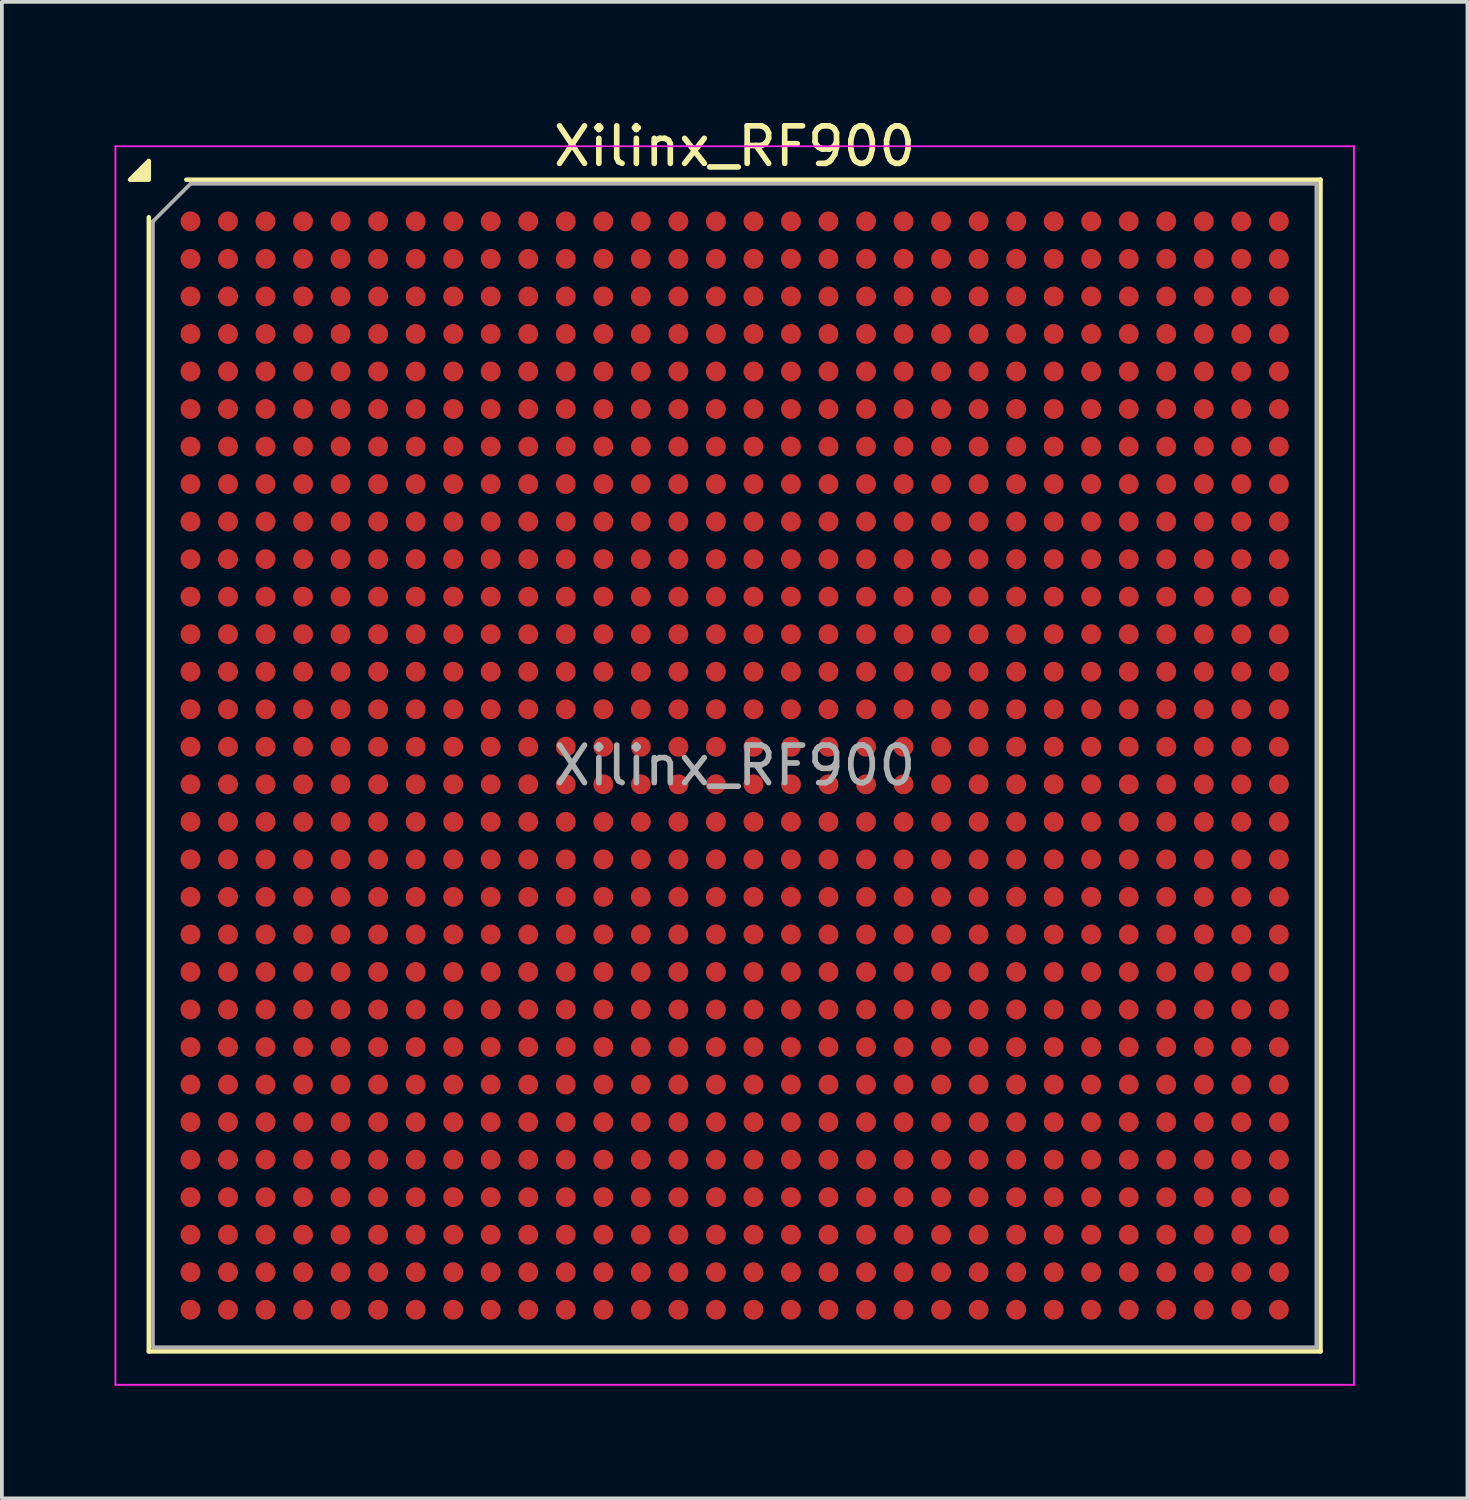
<source format=kicad_pcb>
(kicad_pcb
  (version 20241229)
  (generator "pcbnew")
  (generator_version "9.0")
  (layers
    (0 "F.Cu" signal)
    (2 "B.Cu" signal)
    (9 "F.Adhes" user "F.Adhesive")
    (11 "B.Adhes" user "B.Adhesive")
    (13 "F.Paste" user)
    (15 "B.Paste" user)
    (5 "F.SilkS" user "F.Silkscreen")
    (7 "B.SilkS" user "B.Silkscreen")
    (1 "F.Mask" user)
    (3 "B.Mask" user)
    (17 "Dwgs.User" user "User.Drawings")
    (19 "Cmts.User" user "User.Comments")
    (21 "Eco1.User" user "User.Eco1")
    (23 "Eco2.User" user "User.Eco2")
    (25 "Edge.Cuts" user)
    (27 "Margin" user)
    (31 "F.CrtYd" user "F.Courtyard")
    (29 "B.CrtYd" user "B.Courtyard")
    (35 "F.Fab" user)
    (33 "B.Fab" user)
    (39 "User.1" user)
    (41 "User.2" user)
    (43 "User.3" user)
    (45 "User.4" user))
  (footprint "Xilinx_RF900"
    (layer "F.Cu")
    (at 16.525 17.348)
    (property "Reference" "Xilinx_RF900" (at 0 -16.5 0) (layer "F.SilkS") (effects (font (size 1 1) (thickness 0.15))))
    (attr smd)
    (fp_line (start -15.61 15.61) (end -15.61 -14.61) (stroke (width 0.12) (type solid)) (layer "F.SilkS"))
    (fp_line (start -14.61 -15.61) (end 15.61 -15.61) (stroke (width 0.12) (type solid)) (layer "F.SilkS"))
    (fp_line (start 15.61 -15.61) (end 15.61 15.61) (stroke (width 0.12) (type solid)) (layer "F.SilkS"))
    (fp_line (start 15.61 15.61) (end -15.61 15.61) (stroke (width 0.12) (type solid)) (layer "F.SilkS"))
    (fp_poly (pts (xy -15.61 -15.61) (xy -16.11 -15.61) (xy -15.61 -16.11)) (stroke (width 0.12) (type solid)) (fill yes) (layer "F.SilkS"))
    (fp_line (start -16.5 -16.5) (end -16.5 16.5) (stroke (width 0.05) (type solid)) (layer "F.CrtYd"))
    (fp_line (start -16.5 16.5) (end 16.5 16.5) (stroke (width 0.05) (type solid)) (layer "F.CrtYd"))
    (fp_line (start 16.5 -16.5) (end -16.5 -16.5) (stroke (width 0.05) (type solid)) (layer "F.CrtYd"))
    (fp_line (start 16.5 16.5) (end 16.5 -16.5) (stroke (width 0.05) (type solid)) (layer "F.CrtYd"))
    (fp_line (start -15.5 -14.5) (end -14.5 -15.5) (stroke (width 0.1) (type solid)) (layer "F.Fab"))
    (fp_line (start -15.5 15.5) (end -15.5 -14.5) (stroke (width 0.1) (type solid)) (layer "F.Fab"))
    (fp_line (start -14.5 -15.5) (end 15.5 -15.5) (stroke (width 0.1) (type solid)) (layer "F.Fab"))
    (fp_line (start 15.5 -15.5) (end 15.5 15.5) (stroke (width 0.1) (type solid)) (layer "F.Fab"))
    (fp_line (start 15.5 15.5) (end -15.5 15.5) (stroke (width 0.1) (type solid)) (layer "F.Fab"))
    (fp_text user "${REFERENCE}" (at 0 0 0) (layer "F.Fab") (effects (font (size 1 1) (thickness 0.15))))
    (pad "A1" smd circle (at -14.5 -14.5) (size 0.53 0.53) (property pad_prop_bga) (layers "F.Cu" "F.Mask" "F.Paste"))
    (pad "A2" smd circle (at -13.5 -14.5) (size 0.53 0.53) (property pad_prop_bga) (layers "F.Cu" "F.Mask" "F.Paste"))
    (pad "A3" smd circle (at -12.5 -14.5) (size 0.53 0.53) (property pad_prop_bga) (layers "F.Cu" "F.Mask" "F.Paste"))
    (pad "A4" smd circle (at -11.5 -14.5) (size 0.53 0.53) (property pad_prop_bga) (layers "F.Cu" "F.Mask" "F.Paste"))
    (pad "A5" smd circle (at -10.5 -14.5) (size 0.53 0.53) (property pad_prop_bga) (layers "F.Cu" "F.Mask" "F.Paste"))
    (pad "A6" smd circle (at -9.5 -14.5) (size 0.53 0.53) (property pad_prop_bga) (layers "F.Cu" "F.Mask" "F.Paste"))
    (pad "A7" smd circle (at -8.5 -14.5) (size 0.53 0.53) (property pad_prop_bga) (layers "F.Cu" "F.Mask" "F.Paste"))
    (pad "A8" smd circle (at -7.5 -14.5) (size 0.53 0.53) (property pad_prop_bga) (layers "F.Cu" "F.Mask" "F.Paste"))
    (pad "A9" smd circle (at -6.5 -14.5) (size 0.53 0.53) (property pad_prop_bga) (layers "F.Cu" "F.Mask" "F.Paste"))
    (pad "A10" smd circle (at -5.5 -14.5) (size 0.53 0.53) (property pad_prop_bga) (layers "F.Cu" "F.Mask" "F.Paste"))
    (pad "A11" smd circle (at -4.5 -14.5) (size 0.53 0.53) (property pad_prop_bga) (layers "F.Cu" "F.Mask" "F.Paste"))
    (pad "A12" smd circle (at -3.5 -14.5) (size 0.53 0.53) (property pad_prop_bga) (layers "F.Cu" "F.Mask" "F.Paste"))
    (pad "A13" smd circle (at -2.5 -14.5) (size 0.53 0.53) (property pad_prop_bga) (layers "F.Cu" "F.Mask" "F.Paste"))
    (pad "A14" smd circle (at -1.5 -14.5) (size 0.53 0.53) (property pad_prop_bga) (layers "F.Cu" "F.Mask" "F.Paste"))
    (pad "A15" smd circle (at -0.5 -14.5) (size 0.53 0.53) (property pad_prop_bga) (layers "F.Cu" "F.Mask" "F.Paste"))
    (pad "A16" smd circle (at 0.5 -14.5) (size 0.53 0.53) (property pad_prop_bga) (layers "F.Cu" "F.Mask" "F.Paste"))
    (pad "A17" smd circle (at 1.5 -14.5) (size 0.53 0.53) (property pad_prop_bga) (layers "F.Cu" "F.Mask" "F.Paste"))
    (pad "A18" smd circle (at 2.5 -14.5) (size 0.53 0.53) (property pad_prop_bga) (layers "F.Cu" "F.Mask" "F.Paste"))
    (pad "A19" smd circle (at 3.5 -14.5) (size 0.53 0.53) (property pad_prop_bga) (layers "F.Cu" "F.Mask" "F.Paste"))
    (pad "A20" smd circle (at 4.5 -14.5) (size 0.53 0.53) (property pad_prop_bga) (layers "F.Cu" "F.Mask" "F.Paste"))
    (pad "A21" smd circle (at 5.5 -14.5) (size 0.53 0.53) (property pad_prop_bga) (layers "F.Cu" "F.Mask" "F.Paste"))
    (pad "A22" smd circle (at 6.5 -14.5) (size 0.53 0.53) (property pad_prop_bga) (layers "F.Cu" "F.Mask" "F.Paste"))
    (pad "A23" smd circle (at 7.5 -14.5) (size 0.53 0.53) (property pad_prop_bga) (layers "F.Cu" "F.Mask" "F.Paste"))
    (pad "A24" smd circle (at 8.5 -14.5) (size 0.53 0.53) (property pad_prop_bga) (layers "F.Cu" "F.Mask" "F.Paste"))
    (pad "A25" smd circle (at 9.5 -14.5) (size 0.53 0.53) (property pad_prop_bga) (layers "F.Cu" "F.Mask" "F.Paste"))
    (pad "A26" smd circle (at 10.5 -14.5) (size 0.53 0.53) (property pad_prop_bga) (layers "F.Cu" "F.Mask" "F.Paste"))
    (pad "A27" smd circle (at 11.5 -14.5) (size 0.53 0.53) (property pad_prop_bga) (layers "F.Cu" "F.Mask" "F.Paste"))
    (pad "A28" smd circle (at 12.5 -14.5) (size 0.53 0.53) (property pad_prop_bga) (layers "F.Cu" "F.Mask" "F.Paste"))
    (pad "A29" smd circle (at 13.5 -14.5) (size 0.53 0.53) (property pad_prop_bga) (layers "F.Cu" "F.Mask" "F.Paste"))
    (pad "A30" smd circle (at 14.5 -14.5) (size 0.53 0.53) (property pad_prop_bga) (layers "F.Cu" "F.Mask" "F.Paste"))
    (pad "AA1" smd circle (at -14.5 5.5) (size 0.53 0.53) (property pad_prop_bga) (layers "F.Cu" "F.Mask" "F.Paste"))
    (pad "AA2" smd circle (at -13.5 5.5) (size 0.53 0.53) (property pad_prop_bga) (layers "F.Cu" "F.Mask" "F.Paste"))
    (pad "AA3" smd circle (at -12.5 5.5) (size 0.53 0.53) (property pad_prop_bga) (layers "F.Cu" "F.Mask" "F.Paste"))
    (pad "AA4" smd circle (at -11.5 5.5) (size 0.53 0.53) (property pad_prop_bga) (layers "F.Cu" "F.Mask" "F.Paste"))
    (pad "AA5" smd circle (at -10.5 5.5) (size 0.53 0.53) (property pad_prop_bga) (layers "F.Cu" "F.Mask" "F.Paste"))
    (pad "AA6" smd circle (at -9.5 5.5) (size 0.53 0.53) (property pad_prop_bga) (layers "F.Cu" "F.Mask" "F.Paste"))
    (pad "AA7" smd circle (at -8.5 5.5) (size 0.53 0.53) (property pad_prop_bga) (layers "F.Cu" "F.Mask" "F.Paste"))
    (pad "AA8" smd circle (at -7.5 5.5) (size 0.53 0.53) (property pad_prop_bga) (layers "F.Cu" "F.Mask" "F.Paste"))
    (pad "AA9" smd circle (at -6.5 5.5) (size 0.53 0.53) (property pad_prop_bga) (layers "F.Cu" "F.Mask" "F.Paste"))
    (pad "AA10" smd circle (at -5.5 5.5) (size 0.53 0.53) (property pad_prop_bga) (layers "F.Cu" "F.Mask" "F.Paste"))
    (pad "AA11" smd circle (at -4.5 5.5) (size 0.53 0.53) (property pad_prop_bga) (layers "F.Cu" "F.Mask" "F.Paste"))
    (pad "AA12" smd circle (at -3.5 5.5) (size 0.53 0.53) (property pad_prop_bga) (layers "F.Cu" "F.Mask" "F.Paste"))
    (pad "AA13" smd circle (at -2.5 5.5) (size 0.53 0.53) (property pad_prop_bga) (layers "F.Cu" "F.Mask" "F.Paste"))
    (pad "AA14" smd circle (at -1.5 5.5) (size 0.53 0.53) (property pad_prop_bga) (layers "F.Cu" "F.Mask" "F.Paste"))
    (pad "AA15" smd circle (at -0.5 5.5) (size 0.53 0.53) (property pad_prop_bga) (layers "F.Cu" "F.Mask" "F.Paste"))
    (pad "AA16" smd circle (at 0.5 5.5) (size 0.53 0.53) (property pad_prop_bga) (layers "F.Cu" "F.Mask" "F.Paste"))
    (pad "AA17" smd circle (at 1.5 5.5) (size 0.53 0.53) (property pad_prop_bga) (layers "F.Cu" "F.Mask" "F.Paste"))
    (pad "AA18" smd circle (at 2.5 5.5) (size 0.53 0.53) (property pad_prop_bga) (layers "F.Cu" "F.Mask" "F.Paste"))
    (pad "AA19" smd circle (at 3.5 5.5) (size 0.53 0.53) (property pad_prop_bga) (layers "F.Cu" "F.Mask" "F.Paste"))
    (pad "AA20" smd circle (at 4.5 5.5) (size 0.53 0.53) (property pad_prop_bga) (layers "F.Cu" "F.Mask" "F.Paste"))
    (pad "AA21" smd circle (at 5.5 5.5) (size 0.53 0.53) (property pad_prop_bga) (layers "F.Cu" "F.Mask" "F.Paste"))
    (pad "AA22" smd circle (at 6.5 5.5) (size 0.53 0.53) (property pad_prop_bga) (layers "F.Cu" "F.Mask" "F.Paste"))
    (pad "AA23" smd circle (at 7.5 5.5) (size 0.53 0.53) (property pad_prop_bga) (layers "F.Cu" "F.Mask" "F.Paste"))
    (pad "AA24" smd circle (at 8.5 5.5) (size 0.53 0.53) (property pad_prop_bga) (layers "F.Cu" "F.Mask" "F.Paste"))
    (pad "AA25" smd circle (at 9.5 5.5) (size 0.53 0.53) (property pad_prop_bga) (layers "F.Cu" "F.Mask" "F.Paste"))
    (pad "AA26" smd circle (at 10.5 5.5) (size 0.53 0.53) (property pad_prop_bga) (layers "F.Cu" "F.Mask" "F.Paste"))
    (pad "AA27" smd circle (at 11.5 5.5) (size 0.53 0.53) (property pad_prop_bga) (layers "F.Cu" "F.Mask" "F.Paste"))
    (pad "AA28" smd circle (at 12.5 5.5) (size 0.53 0.53) (property pad_prop_bga) (layers "F.Cu" "F.Mask" "F.Paste"))
    (pad "AA29" smd circle (at 13.5 5.5) (size 0.53 0.53) (property pad_prop_bga) (layers "F.Cu" "F.Mask" "F.Paste"))
    (pad "AA30" smd circle (at 14.5 5.5) (size 0.53 0.53) (property pad_prop_bga) (layers "F.Cu" "F.Mask" "F.Paste"))
    (pad "AB1" smd circle (at -14.5 6.5) (size 0.53 0.53) (property pad_prop_bga) (layers "F.Cu" "F.Mask" "F.Paste"))
    (pad "AB2" smd circle (at -13.5 6.5) (size 0.53 0.53) (property pad_prop_bga) (layers "F.Cu" "F.Mask" "F.Paste"))
    (pad "AB3" smd circle (at -12.5 6.5) (size 0.53 0.53) (property pad_prop_bga) (layers "F.Cu" "F.Mask" "F.Paste"))
    (pad "AB4" smd circle (at -11.5 6.5) (size 0.53 0.53) (property pad_prop_bga) (layers "F.Cu" "F.Mask" "F.Paste"))
    (pad "AB5" smd circle (at -10.5 6.5) (size 0.53 0.53) (property pad_prop_bga) (layers "F.Cu" "F.Mask" "F.Paste"))
    (pad "AB6" smd circle (at -9.5 6.5) (size 0.53 0.53) (property pad_prop_bga) (layers "F.Cu" "F.Mask" "F.Paste"))
    (pad "AB7" smd circle (at -8.5 6.5) (size 0.53 0.53) (property pad_prop_bga) (layers "F.Cu" "F.Mask" "F.Paste"))
    (pad "AB8" smd circle (at -7.5 6.5) (size 0.53 0.53) (property pad_prop_bga) (layers "F.Cu" "F.Mask" "F.Paste"))
    (pad "AB9" smd circle (at -6.5 6.5) (size 0.53 0.53) (property pad_prop_bga) (layers "F.Cu" "F.Mask" "F.Paste"))
    (pad "AB10" smd circle (at -5.5 6.5) (size 0.53 0.53) (property pad_prop_bga) (layers "F.Cu" "F.Mask" "F.Paste"))
    (pad "AB11" smd circle (at -4.5 6.5) (size 0.53 0.53) (property pad_prop_bga) (layers "F.Cu" "F.Mask" "F.Paste"))
    (pad "AB12" smd circle (at -3.5 6.5) (size 0.53 0.53) (property pad_prop_bga) (layers "F.Cu" "F.Mask" "F.Paste"))
    (pad "AB13" smd circle (at -2.5 6.5) (size 0.53 0.53) (property pad_prop_bga) (layers "F.Cu" "F.Mask" "F.Paste"))
    (pad "AB14" smd circle (at -1.5 6.5) (size 0.53 0.53) (property pad_prop_bga) (layers "F.Cu" "F.Mask" "F.Paste"))
    (pad "AB15" smd circle (at -0.5 6.5) (size 0.53 0.53) (property pad_prop_bga) (layers "F.Cu" "F.Mask" "F.Paste"))
    (pad "AB16" smd circle (at 0.5 6.5) (size 0.53 0.53) (property pad_prop_bga) (layers "F.Cu" "F.Mask" "F.Paste"))
    (pad "AB17" smd circle (at 1.5 6.5) (size 0.53 0.53) (property pad_prop_bga) (layers "F.Cu" "F.Mask" "F.Paste"))
    (pad "AB18" smd circle (at 2.5 6.5) (size 0.53 0.53) (property pad_prop_bga) (layers "F.Cu" "F.Mask" "F.Paste"))
    (pad "AB19" smd circle (at 3.5 6.5) (size 0.53 0.53) (property pad_prop_bga) (layers "F.Cu" "F.Mask" "F.Paste"))
    (pad "AB20" smd circle (at 4.5 6.5) (size 0.53 0.53) (property pad_prop_bga) (layers "F.Cu" "F.Mask" "F.Paste"))
    (pad "AB21" smd circle (at 5.5 6.5) (size 0.53 0.53) (property pad_prop_bga) (layers "F.Cu" "F.Mask" "F.Paste"))
    (pad "AB22" smd circle (at 6.5 6.5) (size 0.53 0.53) (property pad_prop_bga) (layers "F.Cu" "F.Mask" "F.Paste"))
    (pad "AB23" smd circle (at 7.5 6.5) (size 0.53 0.53) (property pad_prop_bga) (layers "F.Cu" "F.Mask" "F.Paste"))
    (pad "AB24" smd circle (at 8.5 6.5) (size 0.53 0.53) (property pad_prop_bga) (layers "F.Cu" "F.Mask" "F.Paste"))
    (pad "AB25" smd circle (at 9.5 6.5) (size 0.53 0.53) (property pad_prop_bga) (layers "F.Cu" "F.Mask" "F.Paste"))
    (pad "AB26" smd circle (at 10.5 6.5) (size 0.53 0.53) (property pad_prop_bga) (layers "F.Cu" "F.Mask" "F.Paste"))
    (pad "AB27" smd circle (at 11.5 6.5) (size 0.53 0.53) (property pad_prop_bga) (layers "F.Cu" "F.Mask" "F.Paste"))
    (pad "AB28" smd circle (at 12.5 6.5) (size 0.53 0.53) (property pad_prop_bga) (layers "F.Cu" "F.Mask" "F.Paste"))
    (pad "AB29" smd circle (at 13.5 6.5) (size 0.53 0.53) (property pad_prop_bga) (layers "F.Cu" "F.Mask" "F.Paste"))
    (pad "AB30" smd circle (at 14.5 6.5) (size 0.53 0.53) (property pad_prop_bga) (layers "F.Cu" "F.Mask" "F.Paste"))
    (pad "AC1" smd circle (at -14.5 7.5) (size 0.53 0.53) (property pad_prop_bga) (layers "F.Cu" "F.Mask" "F.Paste"))
    (pad "AC2" smd circle (at -13.5 7.5) (size 0.53 0.53) (property pad_prop_bga) (layers "F.Cu" "F.Mask" "F.Paste"))
    (pad "AC3" smd circle (at -12.5 7.5) (size 0.53 0.53) (property pad_prop_bga) (layers "F.Cu" "F.Mask" "F.Paste"))
    (pad "AC4" smd circle (at -11.5 7.5) (size 0.53 0.53) (property pad_prop_bga) (layers "F.Cu" "F.Mask" "F.Paste"))
    (pad "AC5" smd circle (at -10.5 7.5) (size 0.53 0.53) (property pad_prop_bga) (layers "F.Cu" "F.Mask" "F.Paste"))
    (pad "AC6" smd circle (at -9.5 7.5) (size 0.53 0.53) (property pad_prop_bga) (layers "F.Cu" "F.Mask" "F.Paste"))
    (pad "AC7" smd circle (at -8.5 7.5) (size 0.53 0.53) (property pad_prop_bga) (layers "F.Cu" "F.Mask" "F.Paste"))
    (pad "AC8" smd circle (at -7.5 7.5) (size 0.53 0.53) (property pad_prop_bga) (layers "F.Cu" "F.Mask" "F.Paste"))
    (pad "AC9" smd circle (at -6.5 7.5) (size 0.53 0.53) (property pad_prop_bga) (layers "F.Cu" "F.Mask" "F.Paste"))
    (pad "AC10" smd circle (at -5.5 7.5) (size 0.53 0.53) (property pad_prop_bga) (layers "F.Cu" "F.Mask" "F.Paste"))
    (pad "AC11" smd circle (at -4.5 7.5) (size 0.53 0.53) (property pad_prop_bga) (layers "F.Cu" "F.Mask" "F.Paste"))
    (pad "AC12" smd circle (at -3.5 7.5) (size 0.53 0.53) (property pad_prop_bga) (layers "F.Cu" "F.Mask" "F.Paste"))
    (pad "AC13" smd circle (at -2.5 7.5) (size 0.53 0.53) (property pad_prop_bga) (layers "F.Cu" "F.Mask" "F.Paste"))
    (pad "AC14" smd circle (at -1.5 7.5) (size 0.53 0.53) (property pad_prop_bga) (layers "F.Cu" "F.Mask" "F.Paste"))
    (pad "AC15" smd circle (at -0.5 7.5) (size 0.53 0.53) (property pad_prop_bga) (layers "F.Cu" "F.Mask" "F.Paste"))
    (pad "AC16" smd circle (at 0.5 7.5) (size 0.53 0.53) (property pad_prop_bga) (layers "F.Cu" "F.Mask" "F.Paste"))
    (pad "AC17" smd circle (at 1.5 7.5) (size 0.53 0.53) (property pad_prop_bga) (layers "F.Cu" "F.Mask" "F.Paste"))
    (pad "AC18" smd circle (at 2.5 7.5) (size 0.53 0.53) (property pad_prop_bga) (layers "F.Cu" "F.Mask" "F.Paste"))
    (pad "AC19" smd circle (at 3.5 7.5) (size 0.53 0.53) (property pad_prop_bga) (layers "F.Cu" "F.Mask" "F.Paste"))
    (pad "AC20" smd circle (at 4.5 7.5) (size 0.53 0.53) (property pad_prop_bga) (layers "F.Cu" "F.Mask" "F.Paste"))
    (pad "AC21" smd circle (at 5.5 7.5) (size 0.53 0.53) (property pad_prop_bga) (layers "F.Cu" "F.Mask" "F.Paste"))
    (pad "AC22" smd circle (at 6.5 7.5) (size 0.53 0.53) (property pad_prop_bga) (layers "F.Cu" "F.Mask" "F.Paste"))
    (pad "AC23" smd circle (at 7.5 7.5) (size 0.53 0.53) (property pad_prop_bga) (layers "F.Cu" "F.Mask" "F.Paste"))
    (pad "AC24" smd circle (at 8.5 7.5) (size 0.53 0.53) (property pad_prop_bga) (layers "F.Cu" "F.Mask" "F.Paste"))
    (pad "AC25" smd circle (at 9.5 7.5) (size 0.53 0.53) (property pad_prop_bga) (layers "F.Cu" "F.Mask" "F.Paste"))
    (pad "AC26" smd circle (at 10.5 7.5) (size 0.53 0.53) (property pad_prop_bga) (layers "F.Cu" "F.Mask" "F.Paste"))
    (pad "AC27" smd circle (at 11.5 7.5) (size 0.53 0.53) (property pad_prop_bga) (layers "F.Cu" "F.Mask" "F.Paste"))
    (pad "AC28" smd circle (at 12.5 7.5) (size 0.53 0.53) (property pad_prop_bga) (layers "F.Cu" "F.Mask" "F.Paste"))
    (pad "AC29" smd circle (at 13.5 7.5) (size 0.53 0.53) (property pad_prop_bga) (layers "F.Cu" "F.Mask" "F.Paste"))
    (pad "AC30" smd circle (at 14.5 7.5) (size 0.53 0.53) (property pad_prop_bga) (layers "F.Cu" "F.Mask" "F.Paste"))
    (pad "AD1" smd circle (at -14.5 8.5) (size 0.53 0.53) (property pad_prop_bga) (layers "F.Cu" "F.Mask" "F.Paste"))
    (pad "AD2" smd circle (at -13.5 8.5) (size 0.53 0.53) (property pad_prop_bga) (layers "F.Cu" "F.Mask" "F.Paste"))
    (pad "AD3" smd circle (at -12.5 8.5) (size 0.53 0.53) (property pad_prop_bga) (layers "F.Cu" "F.Mask" "F.Paste"))
    (pad "AD4" smd circle (at -11.5 8.5) (size 0.53 0.53) (property pad_prop_bga) (layers "F.Cu" "F.Mask" "F.Paste"))
    (pad "AD5" smd circle (at -10.5 8.5) (size 0.53 0.53) (property pad_prop_bga) (layers "F.Cu" "F.Mask" "F.Paste"))
    (pad "AD6" smd circle (at -9.5 8.5) (size 0.53 0.53) (property pad_prop_bga) (layers "F.Cu" "F.Mask" "F.Paste"))
    (pad "AD7" smd circle (at -8.5 8.5) (size 0.53 0.53) (property pad_prop_bga) (layers "F.Cu" "F.Mask" "F.Paste"))
    (pad "AD8" smd circle (at -7.5 8.5) (size 0.53 0.53) (property pad_prop_bga) (layers "F.Cu" "F.Mask" "F.Paste"))
    (pad "AD9" smd circle (at -6.5 8.5) (size 0.53 0.53) (property pad_prop_bga) (layers "F.Cu" "F.Mask" "F.Paste"))
    (pad "AD10" smd circle (at -5.5 8.5) (size 0.53 0.53) (property pad_prop_bga) (layers "F.Cu" "F.Mask" "F.Paste"))
    (pad "AD11" smd circle (at -4.5 8.5) (size 0.53 0.53) (property pad_prop_bga) (layers "F.Cu" "F.Mask" "F.Paste"))
    (pad "AD12" smd circle (at -3.5 8.5) (size 0.53 0.53) (property pad_prop_bga) (layers "F.Cu" "F.Mask" "F.Paste"))
    (pad "AD13" smd circle (at -2.5 8.5) (size 0.53 0.53) (property pad_prop_bga) (layers "F.Cu" "F.Mask" "F.Paste"))
    (pad "AD14" smd circle (at -1.5 8.5) (size 0.53 0.53) (property pad_prop_bga) (layers "F.Cu" "F.Mask" "F.Paste"))
    (pad "AD15" smd circle (at -0.5 8.5) (size 0.53 0.53) (property pad_prop_bga) (layers "F.Cu" "F.Mask" "F.Paste"))
    (pad "AD16" smd circle (at 0.5 8.5) (size 0.53 0.53) (property pad_prop_bga) (layers "F.Cu" "F.Mask" "F.Paste"))
    (pad "AD17" smd circle (at 1.5 8.5) (size 0.53 0.53) (property pad_prop_bga) (layers "F.Cu" "F.Mask" "F.Paste"))
    (pad "AD18" smd circle (at 2.5 8.5) (size 0.53 0.53) (property pad_prop_bga) (layers "F.Cu" "F.Mask" "F.Paste"))
    (pad "AD19" smd circle (at 3.5 8.5) (size 0.53 0.53) (property pad_prop_bga) (layers "F.Cu" "F.Mask" "F.Paste"))
    (pad "AD20" smd circle (at 4.5 8.5) (size 0.53 0.53) (property pad_prop_bga) (layers "F.Cu" "F.Mask" "F.Paste"))
    (pad "AD21" smd circle (at 5.5 8.5) (size 0.53 0.53) (property pad_prop_bga) (layers "F.Cu" "F.Mask" "F.Paste"))
    (pad "AD22" smd circle (at 6.5 8.5) (size 0.53 0.53) (property pad_prop_bga) (layers "F.Cu" "F.Mask" "F.Paste"))
    (pad "AD23" smd circle (at 7.5 8.5) (size 0.53 0.53) (property pad_prop_bga) (layers "F.Cu" "F.Mask" "F.Paste"))
    (pad "AD24" smd circle (at 8.5 8.5) (size 0.53 0.53) (property pad_prop_bga) (layers "F.Cu" "F.Mask" "F.Paste"))
    (pad "AD25" smd circle (at 9.5 8.5) (size 0.53 0.53) (property pad_prop_bga) (layers "F.Cu" "F.Mask" "F.Paste"))
    (pad "AD26" smd circle (at 10.5 8.5) (size 0.53 0.53) (property pad_prop_bga) (layers "F.Cu" "F.Mask" "F.Paste"))
    (pad "AD27" smd circle (at 11.5 8.5) (size 0.53 0.53) (property pad_prop_bga) (layers "F.Cu" "F.Mask" "F.Paste"))
    (pad "AD28" smd circle (at 12.5 8.5) (size 0.53 0.53) (property pad_prop_bga) (layers "F.Cu" "F.Mask" "F.Paste"))
    (pad "AD29" smd circle (at 13.5 8.5) (size 0.53 0.53) (property pad_prop_bga) (layers "F.Cu" "F.Mask" "F.Paste"))
    (pad "AD30" smd circle (at 14.5 8.5) (size 0.53 0.53) (property pad_prop_bga) (layers "F.Cu" "F.Mask" "F.Paste"))
    (pad "AE1" smd circle (at -14.5 9.5) (size 0.53 0.53) (property pad_prop_bga) (layers "F.Cu" "F.Mask" "F.Paste"))
    (pad "AE2" smd circle (at -13.5 9.5) (size 0.53 0.53) (property pad_prop_bga) (layers "F.Cu" "F.Mask" "F.Paste"))
    (pad "AE3" smd circle (at -12.5 9.5) (size 0.53 0.53) (property pad_prop_bga) (layers "F.Cu" "F.Mask" "F.Paste"))
    (pad "AE4" smd circle (at -11.5 9.5) (size 0.53 0.53) (property pad_prop_bga) (layers "F.Cu" "F.Mask" "F.Paste"))
    (pad "AE5" smd circle (at -10.5 9.5) (size 0.53 0.53) (property pad_prop_bga) (layers "F.Cu" "F.Mask" "F.Paste"))
    (pad "AE6" smd circle (at -9.5 9.5) (size 0.53 0.53) (property pad_prop_bga) (layers "F.Cu" "F.Mask" "F.Paste"))
    (pad "AE7" smd circle (at -8.5 9.5) (size 0.53 0.53) (property pad_prop_bga) (layers "F.Cu" "F.Mask" "F.Paste"))
    (pad "AE8" smd circle (at -7.5 9.5) (size 0.53 0.53) (property pad_prop_bga) (layers "F.Cu" "F.Mask" "F.Paste"))
    (pad "AE9" smd circle (at -6.5 9.5) (size 0.53 0.53) (property pad_prop_bga) (layers "F.Cu" "F.Mask" "F.Paste"))
    (pad "AE10" smd circle (at -5.5 9.5) (size 0.53 0.53) (property pad_prop_bga) (layers "F.Cu" "F.Mask" "F.Paste"))
    (pad "AE11" smd circle (at -4.5 9.5) (size 0.53 0.53) (property pad_prop_bga) (layers "F.Cu" "F.Mask" "F.Paste"))
    (pad "AE12" smd circle (at -3.5 9.5) (size 0.53 0.53) (property pad_prop_bga) (layers "F.Cu" "F.Mask" "F.Paste"))
    (pad "AE13" smd circle (at -2.5 9.5) (size 0.53 0.53) (property pad_prop_bga) (layers "F.Cu" "F.Mask" "F.Paste"))
    (pad "AE14" smd circle (at -1.5 9.5) (size 0.53 0.53) (property pad_prop_bga) (layers "F.Cu" "F.Mask" "F.Paste"))
    (pad "AE15" smd circle (at -0.5 9.5) (size 0.53 0.53) (property pad_prop_bga) (layers "F.Cu" "F.Mask" "F.Paste"))
    (pad "AE16" smd circle (at 0.5 9.5) (size 0.53 0.53) (property pad_prop_bga) (layers "F.Cu" "F.Mask" "F.Paste"))
    (pad "AE17" smd circle (at 1.5 9.5) (size 0.53 0.53) (property pad_prop_bga) (layers "F.Cu" "F.Mask" "F.Paste"))
    (pad "AE18" smd circle (at 2.5 9.5) (size 0.53 0.53) (property pad_prop_bga) (layers "F.Cu" "F.Mask" "F.Paste"))
    (pad "AE19" smd circle (at 3.5 9.5) (size 0.53 0.53) (property pad_prop_bga) (layers "F.Cu" "F.Mask" "F.Paste"))
    (pad "AE20" smd circle (at 4.5 9.5) (size 0.53 0.53) (property pad_prop_bga) (layers "F.Cu" "F.Mask" "F.Paste"))
    (pad "AE21" smd circle (at 5.5 9.5) (size 0.53 0.53) (property pad_prop_bga) (layers "F.Cu" "F.Mask" "F.Paste"))
    (pad "AE22" smd circle (at 6.5 9.5) (size 0.53 0.53) (property pad_prop_bga) (layers "F.Cu" "F.Mask" "F.Paste"))
    (pad "AE23" smd circle (at 7.5 9.5) (size 0.53 0.53) (property pad_prop_bga) (layers "F.Cu" "F.Mask" "F.Paste"))
    (pad "AE24" smd circle (at 8.5 9.5) (size 0.53 0.53) (property pad_prop_bga) (layers "F.Cu" "F.Mask" "F.Paste"))
    (pad "AE25" smd circle (at 9.5 9.5) (size 0.53 0.53) (property pad_prop_bga) (layers "F.Cu" "F.Mask" "F.Paste"))
    (pad "AE26" smd circle (at 10.5 9.5) (size 0.53 0.53) (property pad_prop_bga) (layers "F.Cu" "F.Mask" "F.Paste"))
    (pad "AE27" smd circle (at 11.5 9.5) (size 0.53 0.53) (property pad_prop_bga) (layers "F.Cu" "F.Mask" "F.Paste"))
    (pad "AE28" smd circle (at 12.5 9.5) (size 0.53 0.53) (property pad_prop_bga) (layers "F.Cu" "F.Mask" "F.Paste"))
    (pad "AE29" smd circle (at 13.5 9.5) (size 0.53 0.53) (property pad_prop_bga) (layers "F.Cu" "F.Mask" "F.Paste"))
    (pad "AE30" smd circle (at 14.5 9.5) (size 0.53 0.53) (property pad_prop_bga) (layers "F.Cu" "F.Mask" "F.Paste"))
    (pad "AF1" smd circle (at -14.5 10.5) (size 0.53 0.53) (property pad_prop_bga) (layers "F.Cu" "F.Mask" "F.Paste"))
    (pad "AF2" smd circle (at -13.5 10.5) (size 0.53 0.53) (property pad_prop_bga) (layers "F.Cu" "F.Mask" "F.Paste"))
    (pad "AF3" smd circle (at -12.5 10.5) (size 0.53 0.53) (property pad_prop_bga) (layers "F.Cu" "F.Mask" "F.Paste"))
    (pad "AF4" smd circle (at -11.5 10.5) (size 0.53 0.53) (property pad_prop_bga) (layers "F.Cu" "F.Mask" "F.Paste"))
    (pad "AF5" smd circle (at -10.5 10.5) (size 0.53 0.53) (property pad_prop_bga) (layers "F.Cu" "F.Mask" "F.Paste"))
    (pad "AF6" smd circle (at -9.5 10.5) (size 0.53 0.53) (property pad_prop_bga) (layers "F.Cu" "F.Mask" "F.Paste"))
    (pad "AF7" smd circle (at -8.5 10.5) (size 0.53 0.53) (property pad_prop_bga) (layers "F.Cu" "F.Mask" "F.Paste"))
    (pad "AF8" smd circle (at -7.5 10.5) (size 0.53 0.53) (property pad_prop_bga) (layers "F.Cu" "F.Mask" "F.Paste"))
    (pad "AF9" smd circle (at -6.5 10.5) (size 0.53 0.53) (property pad_prop_bga) (layers "F.Cu" "F.Mask" "F.Paste"))
    (pad "AF10" smd circle (at -5.5 10.5) (size 0.53 0.53) (property pad_prop_bga) (layers "F.Cu" "F.Mask" "F.Paste"))
    (pad "AF11" smd circle (at -4.5 10.5) (size 0.53 0.53) (property pad_prop_bga) (layers "F.Cu" "F.Mask" "F.Paste"))
    (pad "AF12" smd circle (at -3.5 10.5) (size 0.53 0.53) (property pad_prop_bga) (layers "F.Cu" "F.Mask" "F.Paste"))
    (pad "AF13" smd circle (at -2.5 10.5) (size 0.53 0.53) (property pad_prop_bga) (layers "F.Cu" "F.Mask" "F.Paste"))
    (pad "AF14" smd circle (at -1.5 10.5) (size 0.53 0.53) (property pad_prop_bga) (layers "F.Cu" "F.Mask" "F.Paste"))
    (pad "AF15" smd circle (at -0.5 10.5) (size 0.53 0.53) (property pad_prop_bga) (layers "F.Cu" "F.Mask" "F.Paste"))
    (pad "AF16" smd circle (at 0.5 10.5) (size 0.53 0.53) (property pad_prop_bga) (layers "F.Cu" "F.Mask" "F.Paste"))
    (pad "AF17" smd circle (at 1.5 10.5) (size 0.53 0.53) (property pad_prop_bga) (layers "F.Cu" "F.Mask" "F.Paste"))
    (pad "AF18" smd circle (at 2.5 10.5) (size 0.53 0.53) (property pad_prop_bga) (layers "F.Cu" "F.Mask" "F.Paste"))
    (pad "AF19" smd circle (at 3.5 10.5) (size 0.53 0.53) (property pad_prop_bga) (layers "F.Cu" "F.Mask" "F.Paste"))
    (pad "AF20" smd circle (at 4.5 10.5) (size 0.53 0.53) (property pad_prop_bga) (layers "F.Cu" "F.Mask" "F.Paste"))
    (pad "AF21" smd circle (at 5.5 10.5) (size 0.53 0.53) (property pad_prop_bga) (layers "F.Cu" "F.Mask" "F.Paste"))
    (pad "AF22" smd circle (at 6.5 10.5) (size 0.53 0.53) (property pad_prop_bga) (layers "F.Cu" "F.Mask" "F.Paste"))
    (pad "AF23" smd circle (at 7.5 10.5) (size 0.53 0.53) (property pad_prop_bga) (layers "F.Cu" "F.Mask" "F.Paste"))
    (pad "AF24" smd circle (at 8.5 10.5) (size 0.53 0.53) (property pad_prop_bga) (layers "F.Cu" "F.Mask" "F.Paste"))
    (pad "AF25" smd circle (at 9.5 10.5) (size 0.53 0.53) (property pad_prop_bga) (layers "F.Cu" "F.Mask" "F.Paste"))
    (pad "AF26" smd circle (at 10.5 10.5) (size 0.53 0.53) (property pad_prop_bga) (layers "F.Cu" "F.Mask" "F.Paste"))
    (pad "AF27" smd circle (at 11.5 10.5) (size 0.53 0.53) (property pad_prop_bga) (layers "F.Cu" "F.Mask" "F.Paste"))
    (pad "AF28" smd circle (at 12.5 10.5) (size 0.53 0.53) (property pad_prop_bga) (layers "F.Cu" "F.Mask" "F.Paste"))
    (pad "AF29" smd circle (at 13.5 10.5) (size 0.53 0.53) (property pad_prop_bga) (layers "F.Cu" "F.Mask" "F.Paste"))
    (pad "AF30" smd circle (at 14.5 10.5) (size 0.53 0.53) (property pad_prop_bga) (layers "F.Cu" "F.Mask" "F.Paste"))
    (pad "AG1" smd circle (at -14.5 11.5) (size 0.53 0.53) (property pad_prop_bga) (layers "F.Cu" "F.Mask" "F.Paste"))
    (pad "AG2" smd circle (at -13.5 11.5) (size 0.53 0.53) (property pad_prop_bga) (layers "F.Cu" "F.Mask" "F.Paste"))
    (pad "AG3" smd circle (at -12.5 11.5) (size 0.53 0.53) (property pad_prop_bga) (layers "F.Cu" "F.Mask" "F.Paste"))
    (pad "AG4" smd circle (at -11.5 11.5) (size 0.53 0.53) (property pad_prop_bga) (layers "F.Cu" "F.Mask" "F.Paste"))
    (pad "AG5" smd circle (at -10.5 11.5) (size 0.53 0.53) (property pad_prop_bga) (layers "F.Cu" "F.Mask" "F.Paste"))
    (pad "AG6" smd circle (at -9.5 11.5) (size 0.53 0.53) (property pad_prop_bga) (layers "F.Cu" "F.Mask" "F.Paste"))
    (pad "AG7" smd circle (at -8.5 11.5) (size 0.53 0.53) (property pad_prop_bga) (layers "F.Cu" "F.Mask" "F.Paste"))
    (pad "AG8" smd circle (at -7.5 11.5) (size 0.53 0.53) (property pad_prop_bga) (layers "F.Cu" "F.Mask" "F.Paste"))
    (pad "AG9" smd circle (at -6.5 11.5) (size 0.53 0.53) (property pad_prop_bga) (layers "F.Cu" "F.Mask" "F.Paste"))
    (pad "AG10" smd circle (at -5.5 11.5) (size 0.53 0.53) (property pad_prop_bga) (layers "F.Cu" "F.Mask" "F.Paste"))
    (pad "AG11" smd circle (at -4.5 11.5) (size 0.53 0.53) (property pad_prop_bga) (layers "F.Cu" "F.Mask" "F.Paste"))
    (pad "AG12" smd circle (at -3.5 11.5) (size 0.53 0.53) (property pad_prop_bga) (layers "F.Cu" "F.Mask" "F.Paste"))
    (pad "AG13" smd circle (at -2.5 11.5) (size 0.53 0.53) (property pad_prop_bga) (layers "F.Cu" "F.Mask" "F.Paste"))
    (pad "AG14" smd circle (at -1.5 11.5) (size 0.53 0.53) (property pad_prop_bga) (layers "F.Cu" "F.Mask" "F.Paste"))
    (pad "AG15" smd circle (at -0.5 11.5) (size 0.53 0.53) (property pad_prop_bga) (layers "F.Cu" "F.Mask" "F.Paste"))
    (pad "AG16" smd circle (at 0.5 11.5) (size 0.53 0.53) (property pad_prop_bga) (layers "F.Cu" "F.Mask" "F.Paste"))
    (pad "AG17" smd circle (at 1.5 11.5) (size 0.53 0.53) (property pad_prop_bga) (layers "F.Cu" "F.Mask" "F.Paste"))
    (pad "AG18" smd circle (at 2.5 11.5) (size 0.53 0.53) (property pad_prop_bga) (layers "F.Cu" "F.Mask" "F.Paste"))
    (pad "AG19" smd circle (at 3.5 11.5) (size 0.53 0.53) (property pad_prop_bga) (layers "F.Cu" "F.Mask" "F.Paste"))
    (pad "AG20" smd circle (at 4.5 11.5) (size 0.53 0.53) (property pad_prop_bga) (layers "F.Cu" "F.Mask" "F.Paste"))
    (pad "AG21" smd circle (at 5.5 11.5) (size 0.53 0.53) (property pad_prop_bga) (layers "F.Cu" "F.Mask" "F.Paste"))
    (pad "AG22" smd circle (at 6.5 11.5) (size 0.53 0.53) (property pad_prop_bga) (layers "F.Cu" "F.Mask" "F.Paste"))
    (pad "AG23" smd circle (at 7.5 11.5) (size 0.53 0.53) (property pad_prop_bga) (layers "F.Cu" "F.Mask" "F.Paste"))
    (pad "AG24" smd circle (at 8.5 11.5) (size 0.53 0.53) (property pad_prop_bga) (layers "F.Cu" "F.Mask" "F.Paste"))
    (pad "AG25" smd circle (at 9.5 11.5) (size 0.53 0.53) (property pad_prop_bga) (layers "F.Cu" "F.Mask" "F.Paste"))
    (pad "AG26" smd circle (at 10.5 11.5) (size 0.53 0.53) (property pad_prop_bga) (layers "F.Cu" "F.Mask" "F.Paste"))
    (pad "AG27" smd circle (at 11.5 11.5) (size 0.53 0.53) (property pad_prop_bga) (layers "F.Cu" "F.Mask" "F.Paste"))
    (pad "AG28" smd circle (at 12.5 11.5) (size 0.53 0.53) (property pad_prop_bga) (layers "F.Cu" "F.Mask" "F.Paste"))
    (pad "AG29" smd circle (at 13.5 11.5) (size 0.53 0.53) (property pad_prop_bga) (layers "F.Cu" "F.Mask" "F.Paste"))
    (pad "AG30" smd circle (at 14.5 11.5) (size 0.53 0.53) (property pad_prop_bga) (layers "F.Cu" "F.Mask" "F.Paste"))
    (pad "AH1" smd circle (at -14.5 12.5) (size 0.53 0.53) (property pad_prop_bga) (layers "F.Cu" "F.Mask" "F.Paste"))
    (pad "AH2" smd circle (at -13.5 12.5) (size 0.53 0.53) (property pad_prop_bga) (layers "F.Cu" "F.Mask" "F.Paste"))
    (pad "AH3" smd circle (at -12.5 12.5) (size 0.53 0.53) (property pad_prop_bga) (layers "F.Cu" "F.Mask" "F.Paste"))
    (pad "AH4" smd circle (at -11.5 12.5) (size 0.53 0.53) (property pad_prop_bga) (layers "F.Cu" "F.Mask" "F.Paste"))
    (pad "AH5" smd circle (at -10.5 12.5) (size 0.53 0.53) (property pad_prop_bga) (layers "F.Cu" "F.Mask" "F.Paste"))
    (pad "AH6" smd circle (at -9.5 12.5) (size 0.53 0.53) (property pad_prop_bga) (layers "F.Cu" "F.Mask" "F.Paste"))
    (pad "AH7" smd circle (at -8.5 12.5) (size 0.53 0.53) (property pad_prop_bga) (layers "F.Cu" "F.Mask" "F.Paste"))
    (pad "AH8" smd circle (at -7.5 12.5) (size 0.53 0.53) (property pad_prop_bga) (layers "F.Cu" "F.Mask" "F.Paste"))
    (pad "AH9" smd circle (at -6.5 12.5) (size 0.53 0.53) (property pad_prop_bga) (layers "F.Cu" "F.Mask" "F.Paste"))
    (pad "AH10" smd circle (at -5.5 12.5) (size 0.53 0.53) (property pad_prop_bga) (layers "F.Cu" "F.Mask" "F.Paste"))
    (pad "AH11" smd circle (at -4.5 12.5) (size 0.53 0.53) (property pad_prop_bga) (layers "F.Cu" "F.Mask" "F.Paste"))
    (pad "AH12" smd circle (at -3.5 12.5) (size 0.53 0.53) (property pad_prop_bga) (layers "F.Cu" "F.Mask" "F.Paste"))
    (pad "AH13" smd circle (at -2.5 12.5) (size 0.53 0.53) (property pad_prop_bga) (layers "F.Cu" "F.Mask" "F.Paste"))
    (pad "AH14" smd circle (at -1.5 12.5) (size 0.53 0.53) (property pad_prop_bga) (layers "F.Cu" "F.Mask" "F.Paste"))
    (pad "AH15" smd circle (at -0.5 12.5) (size 0.53 0.53) (property pad_prop_bga) (layers "F.Cu" "F.Mask" "F.Paste"))
    (pad "AH16" smd circle (at 0.5 12.5) (size 0.53 0.53) (property pad_prop_bga) (layers "F.Cu" "F.Mask" "F.Paste"))
    (pad "AH17" smd circle (at 1.5 12.5) (size 0.53 0.53) (property pad_prop_bga) (layers "F.Cu" "F.Mask" "F.Paste"))
    (pad "AH18" smd circle (at 2.5 12.5) (size 0.53 0.53) (property pad_prop_bga) (layers "F.Cu" "F.Mask" "F.Paste"))
    (pad "AH19" smd circle (at 3.5 12.5) (size 0.53 0.53) (property pad_prop_bga) (layers "F.Cu" "F.Mask" "F.Paste"))
    (pad "AH20" smd circle (at 4.5 12.5) (size 0.53 0.53) (property pad_prop_bga) (layers "F.Cu" "F.Mask" "F.Paste"))
    (pad "AH21" smd circle (at 5.5 12.5) (size 0.53 0.53) (property pad_prop_bga) (layers "F.Cu" "F.Mask" "F.Paste"))
    (pad "AH22" smd circle (at 6.5 12.5) (size 0.53 0.53) (property pad_prop_bga) (layers "F.Cu" "F.Mask" "F.Paste"))
    (pad "AH23" smd circle (at 7.5 12.5) (size 0.53 0.53) (property pad_prop_bga) (layers "F.Cu" "F.Mask" "F.Paste"))
    (pad "AH24" smd circle (at 8.5 12.5) (size 0.53 0.53) (property pad_prop_bga) (layers "F.Cu" "F.Mask" "F.Paste"))
    (pad "AH25" smd circle (at 9.5 12.5) (size 0.53 0.53) (property pad_prop_bga) (layers "F.Cu" "F.Mask" "F.Paste"))
    (pad "AH26" smd circle (at 10.5 12.5) (size 0.53 0.53) (property pad_prop_bga) (layers "F.Cu" "F.Mask" "F.Paste"))
    (pad "AH27" smd circle (at 11.5 12.5) (size 0.53 0.53) (property pad_prop_bga) (layers "F.Cu" "F.Mask" "F.Paste"))
    (pad "AH28" smd circle (at 12.5 12.5) (size 0.53 0.53) (property pad_prop_bga) (layers "F.Cu" "F.Mask" "F.Paste"))
    (pad "AH29" smd circle (at 13.5 12.5) (size 0.53 0.53) (property pad_prop_bga) (layers "F.Cu" "F.Mask" "F.Paste"))
    (pad "AH30" smd circle (at 14.5 12.5) (size 0.53 0.53) (property pad_prop_bga) (layers "F.Cu" "F.Mask" "F.Paste"))
    (pad "AJ1" smd circle (at -14.5 13.5) (size 0.53 0.53) (property pad_prop_bga) (layers "F.Cu" "F.Mask" "F.Paste"))
    (pad "AJ2" smd circle (at -13.5 13.5) (size 0.53 0.53) (property pad_prop_bga) (layers "F.Cu" "F.Mask" "F.Paste"))
    (pad "AJ3" smd circle (at -12.5 13.5) (size 0.53 0.53) (property pad_prop_bga) (layers "F.Cu" "F.Mask" "F.Paste"))
    (pad "AJ4" smd circle (at -11.5 13.5) (size 0.53 0.53) (property pad_prop_bga) (layers "F.Cu" "F.Mask" "F.Paste"))
    (pad "AJ5" smd circle (at -10.5 13.5) (size 0.53 0.53) (property pad_prop_bga) (layers "F.Cu" "F.Mask" "F.Paste"))
    (pad "AJ6" smd circle (at -9.5 13.5) (size 0.53 0.53) (property pad_prop_bga) (layers "F.Cu" "F.Mask" "F.Paste"))
    (pad "AJ7" smd circle (at -8.5 13.5) (size 0.53 0.53) (property pad_prop_bga) (layers "F.Cu" "F.Mask" "F.Paste"))
    (pad "AJ8" smd circle (at -7.5 13.5) (size 0.53 0.53) (property pad_prop_bga) (layers "F.Cu" "F.Mask" "F.Paste"))
    (pad "AJ9" smd circle (at -6.5 13.5) (size 0.53 0.53) (property pad_prop_bga) (layers "F.Cu" "F.Mask" "F.Paste"))
    (pad "AJ10" smd circle (at -5.5 13.5) (size 0.53 0.53) (property pad_prop_bga) (layers "F.Cu" "F.Mask" "F.Paste"))
    (pad "AJ11" smd circle (at -4.5 13.5) (size 0.53 0.53) (property pad_prop_bga) (layers "F.Cu" "F.Mask" "F.Paste"))
    (pad "AJ12" smd circle (at -3.5 13.5) (size 0.53 0.53) (property pad_prop_bga) (layers "F.Cu" "F.Mask" "F.Paste"))
    (pad "AJ13" smd circle (at -2.5 13.5) (size 0.53 0.53) (property pad_prop_bga) (layers "F.Cu" "F.Mask" "F.Paste"))
    (pad "AJ14" smd circle (at -1.5 13.5) (size 0.53 0.53) (property pad_prop_bga) (layers "F.Cu" "F.Mask" "F.Paste"))
    (pad "AJ15" smd circle (at -0.5 13.5) (size 0.53 0.53) (property pad_prop_bga) (layers "F.Cu" "F.Mask" "F.Paste"))
    (pad "AJ16" smd circle (at 0.5 13.5) (size 0.53 0.53) (property pad_prop_bga) (layers "F.Cu" "F.Mask" "F.Paste"))
    (pad "AJ17" smd circle (at 1.5 13.5) (size 0.53 0.53) (property pad_prop_bga) (layers "F.Cu" "F.Mask" "F.Paste"))
    (pad "AJ18" smd circle (at 2.5 13.5) (size 0.53 0.53) (property pad_prop_bga) (layers "F.Cu" "F.Mask" "F.Paste"))
    (pad "AJ19" smd circle (at 3.5 13.5) (size 0.53 0.53) (property pad_prop_bga) (layers "F.Cu" "F.Mask" "F.Paste"))
    (pad "AJ20" smd circle (at 4.5 13.5) (size 0.53 0.53) (property pad_prop_bga) (layers "F.Cu" "F.Mask" "F.Paste"))
    (pad "AJ21" smd circle (at 5.5 13.5) (size 0.53 0.53) (property pad_prop_bga) (layers "F.Cu" "F.Mask" "F.Paste"))
    (pad "AJ22" smd circle (at 6.5 13.5) (size 0.53 0.53) (property pad_prop_bga) (layers "F.Cu" "F.Mask" "F.Paste"))
    (pad "AJ23" smd circle (at 7.5 13.5) (size 0.53 0.53) (property pad_prop_bga) (layers "F.Cu" "F.Mask" "F.Paste"))
    (pad "AJ24" smd circle (at 8.5 13.5) (size 0.53 0.53) (property pad_prop_bga) (layers "F.Cu" "F.Mask" "F.Paste"))
    (pad "AJ25" smd circle (at 9.5 13.5) (size 0.53 0.53) (property pad_prop_bga) (layers "F.Cu" "F.Mask" "F.Paste"))
    (pad "AJ26" smd circle (at 10.5 13.5) (size 0.53 0.53) (property pad_prop_bga) (layers "F.Cu" "F.Mask" "F.Paste"))
    (pad "AJ27" smd circle (at 11.5 13.5) (size 0.53 0.53) (property pad_prop_bga) (layers "F.Cu" "F.Mask" "F.Paste"))
    (pad "AJ28" smd circle (at 12.5 13.5) (size 0.53 0.53) (property pad_prop_bga) (layers "F.Cu" "F.Mask" "F.Paste"))
    (pad "AJ29" smd circle (at 13.5 13.5) (size 0.53 0.53) (property pad_prop_bga) (layers "F.Cu" "F.Mask" "F.Paste"))
    (pad "AJ30" smd circle (at 14.5 13.5) (size 0.53 0.53) (property pad_prop_bga) (layers "F.Cu" "F.Mask" "F.Paste"))
    (pad "AK1" smd circle (at -14.5 14.5) (size 0.53 0.53) (property pad_prop_bga) (layers "F.Cu" "F.Mask" "F.Paste"))
    (pad "AK2" smd circle (at -13.5 14.5) (size 0.53 0.53) (property pad_prop_bga) (layers "F.Cu" "F.Mask" "F.Paste"))
    (pad "AK3" smd circle (at -12.5 14.5) (size 0.53 0.53) (property pad_prop_bga) (layers "F.Cu" "F.Mask" "F.Paste"))
    (pad "AK4" smd circle (at -11.5 14.5) (size 0.53 0.53) (property pad_prop_bga) (layers "F.Cu" "F.Mask" "F.Paste"))
    (pad "AK5" smd circle (at -10.5 14.5) (size 0.53 0.53) (property pad_prop_bga) (layers "F.Cu" "F.Mask" "F.Paste"))
    (pad "AK6" smd circle (at -9.5 14.5) (size 0.53 0.53) (property pad_prop_bga) (layers "F.Cu" "F.Mask" "F.Paste"))
    (pad "AK7" smd circle (at -8.5 14.5) (size 0.53 0.53) (property pad_prop_bga) (layers "F.Cu" "F.Mask" "F.Paste"))
    (pad "AK8" smd circle (at -7.5 14.5) (size 0.53 0.53) (property pad_prop_bga) (layers "F.Cu" "F.Mask" "F.Paste"))
    (pad "AK9" smd circle (at -6.5 14.5) (size 0.53 0.53) (property pad_prop_bga) (layers "F.Cu" "F.Mask" "F.Paste"))
    (pad "AK10" smd circle (at -5.5 14.5) (size 0.53 0.53) (property pad_prop_bga) (layers "F.Cu" "F.Mask" "F.Paste"))
    (pad "AK11" smd circle (at -4.5 14.5) (size 0.53 0.53) (property pad_prop_bga) (layers "F.Cu" "F.Mask" "F.Paste"))
    (pad "AK12" smd circle (at -3.5 14.5) (size 0.53 0.53) (property pad_prop_bga) (layers "F.Cu" "F.Mask" "F.Paste"))
    (pad "AK13" smd circle (at -2.5 14.5) (size 0.53 0.53) (property pad_prop_bga) (layers "F.Cu" "F.Mask" "F.Paste"))
    (pad "AK14" smd circle (at -1.5 14.5) (size 0.53 0.53) (property pad_prop_bga) (layers "F.Cu" "F.Mask" "F.Paste"))
    (pad "AK15" smd circle (at -0.5 14.5) (size 0.53 0.53) (property pad_prop_bga) (layers "F.Cu" "F.Mask" "F.Paste"))
    (pad "AK16" smd circle (at 0.5 14.5) (size 0.53 0.53) (property pad_prop_bga) (layers "F.Cu" "F.Mask" "F.Paste"))
    (pad "AK17" smd circle (at 1.5 14.5) (size 0.53 0.53) (property pad_prop_bga) (layers "F.Cu" "F.Mask" "F.Paste"))
    (pad "AK18" smd circle (at 2.5 14.5) (size 0.53 0.53) (property pad_prop_bga) (layers "F.Cu" "F.Mask" "F.Paste"))
    (pad "AK19" smd circle (at 3.5 14.5) (size 0.53 0.53) (property pad_prop_bga) (layers "F.Cu" "F.Mask" "F.Paste"))
    (pad "AK20" smd circle (at 4.5 14.5) (size 0.53 0.53) (property pad_prop_bga) (layers "F.Cu" "F.Mask" "F.Paste"))
    (pad "AK21" smd circle (at 5.5 14.5) (size 0.53 0.53) (property pad_prop_bga) (layers "F.Cu" "F.Mask" "F.Paste"))
    (pad "AK22" smd circle (at 6.5 14.5) (size 0.53 0.53) (property pad_prop_bga) (layers "F.Cu" "F.Mask" "F.Paste"))
    (pad "AK23" smd circle (at 7.5 14.5) (size 0.53 0.53) (property pad_prop_bga) (layers "F.Cu" "F.Mask" "F.Paste"))
    (pad "AK24" smd circle (at 8.5 14.5) (size 0.53 0.53) (property pad_prop_bga) (layers "F.Cu" "F.Mask" "F.Paste"))
    (pad "AK25" smd circle (at 9.5 14.5) (size 0.53 0.53) (property pad_prop_bga) (layers "F.Cu" "F.Mask" "F.Paste"))
    (pad "AK26" smd circle (at 10.5 14.5) (size 0.53 0.53) (property pad_prop_bga) (layers "F.Cu" "F.Mask" "F.Paste"))
    (pad "AK27" smd circle (at 11.5 14.5) (size 0.53 0.53) (property pad_prop_bga) (layers "F.Cu" "F.Mask" "F.Paste"))
    (pad "AK28" smd circle (at 12.5 14.5) (size 0.53 0.53) (property pad_prop_bga) (layers "F.Cu" "F.Mask" "F.Paste"))
    (pad "AK29" smd circle (at 13.5 14.5) (size 0.53 0.53) (property pad_prop_bga) (layers "F.Cu" "F.Mask" "F.Paste"))
    (pad "AK30" smd circle (at 14.5 14.5) (size 0.53 0.53) (property pad_prop_bga) (layers "F.Cu" "F.Mask" "F.Paste"))
    (pad "B1" smd circle (at -14.5 -13.5) (size 0.53 0.53) (property pad_prop_bga) (layers "F.Cu" "F.Mask" "F.Paste"))
    (pad "B2" smd circle (at -13.5 -13.5) (size 0.53 0.53) (property pad_prop_bga) (layers "F.Cu" "F.Mask" "F.Paste"))
    (pad "B3" smd circle (at -12.5 -13.5) (size 0.53 0.53) (property pad_prop_bga) (layers "F.Cu" "F.Mask" "F.Paste"))
    (pad "B4" smd circle (at -11.5 -13.5) (size 0.53 0.53) (property pad_prop_bga) (layers "F.Cu" "F.Mask" "F.Paste"))
    (pad "B5" smd circle (at -10.5 -13.5) (size 0.53 0.53) (property pad_prop_bga) (layers "F.Cu" "F.Mask" "F.Paste"))
    (pad "B6" smd circle (at -9.5 -13.5) (size 0.53 0.53) (property pad_prop_bga) (layers "F.Cu" "F.Mask" "F.Paste"))
    (pad "B7" smd circle (at -8.5 -13.5) (size 0.53 0.53) (property pad_prop_bga) (layers "F.Cu" "F.Mask" "F.Paste"))
    (pad "B8" smd circle (at -7.5 -13.5) (size 0.53 0.53) (property pad_prop_bga) (layers "F.Cu" "F.Mask" "F.Paste"))
    (pad "B9" smd circle (at -6.5 -13.5) (size 0.53 0.53) (property pad_prop_bga) (layers "F.Cu" "F.Mask" "F.Paste"))
    (pad "B10" smd circle (at -5.5 -13.5) (size 0.53 0.53) (property pad_prop_bga) (layers "F.Cu" "F.Mask" "F.Paste"))
    (pad "B11" smd circle (at -4.5 -13.5) (size 0.53 0.53) (property pad_prop_bga) (layers "F.Cu" "F.Mask" "F.Paste"))
    (pad "B12" smd circle (at -3.5 -13.5) (size 0.53 0.53) (property pad_prop_bga) (layers "F.Cu" "F.Mask" "F.Paste"))
    (pad "B13" smd circle (at -2.5 -13.5) (size 0.53 0.53) (property pad_prop_bga) (layers "F.Cu" "F.Mask" "F.Paste"))
    (pad "B14" smd circle (at -1.5 -13.5) (size 0.53 0.53) (property pad_prop_bga) (layers "F.Cu" "F.Mask" "F.Paste"))
    (pad "B15" smd circle (at -0.5 -13.5) (size 0.53 0.53) (property pad_prop_bga) (layers "F.Cu" "F.Mask" "F.Paste"))
    (pad "B16" smd circle (at 0.5 -13.5) (size 0.53 0.53) (property pad_prop_bga) (layers "F.Cu" "F.Mask" "F.Paste"))
    (pad "B17" smd circle (at 1.5 -13.5) (size 0.53 0.53) (property pad_prop_bga) (layers "F.Cu" "F.Mask" "F.Paste"))
    (pad "B18" smd circle (at 2.5 -13.5) (size 0.53 0.53) (property pad_prop_bga) (layers "F.Cu" "F.Mask" "F.Paste"))
    (pad "B19" smd circle (at 3.5 -13.5) (size 0.53 0.53) (property pad_prop_bga) (layers "F.Cu" "F.Mask" "F.Paste"))
    (pad "B20" smd circle (at 4.5 -13.5) (size 0.53 0.53) (property pad_prop_bga) (layers "F.Cu" "F.Mask" "F.Paste"))
    (pad "B21" smd circle (at 5.5 -13.5) (size 0.53 0.53) (property pad_prop_bga) (layers "F.Cu" "F.Mask" "F.Paste"))
    (pad "B22" smd circle (at 6.5 -13.5) (size 0.53 0.53) (property pad_prop_bga) (layers "F.Cu" "F.Mask" "F.Paste"))
    (pad "B23" smd circle (at 7.5 -13.5) (size 0.53 0.53) (property pad_prop_bga) (layers "F.Cu" "F.Mask" "F.Paste"))
    (pad "B24" smd circle (at 8.5 -13.5) (size 0.53 0.53) (property pad_prop_bga) (layers "F.Cu" "F.Mask" "F.Paste"))
    (pad "B25" smd circle (at 9.5 -13.5) (size 0.53 0.53) (property pad_prop_bga) (layers "F.Cu" "F.Mask" "F.Paste"))
    (pad "B26" smd circle (at 10.5 -13.5) (size 0.53 0.53) (property pad_prop_bga) (layers "F.Cu" "F.Mask" "F.Paste"))
    (pad "B27" smd circle (at 11.5 -13.5) (size 0.53 0.53) (property pad_prop_bga) (layers "F.Cu" "F.Mask" "F.Paste"))
    (pad "B28" smd circle (at 12.5 -13.5) (size 0.53 0.53) (property pad_prop_bga) (layers "F.Cu" "F.Mask" "F.Paste"))
    (pad "B29" smd circle (at 13.5 -13.5) (size 0.53 0.53) (property pad_prop_bga) (layers "F.Cu" "F.Mask" "F.Paste"))
    (pad "B30" smd circle (at 14.5 -13.5) (size 0.53 0.53) (property pad_prop_bga) (layers "F.Cu" "F.Mask" "F.Paste"))
    (pad "C1" smd circle (at -14.5 -12.5) (size 0.53 0.53) (property pad_prop_bga) (layers "F.Cu" "F.Mask" "F.Paste"))
    (pad "C2" smd circle (at -13.5 -12.5) (size 0.53 0.53) (property pad_prop_bga) (layers "F.Cu" "F.Mask" "F.Paste"))
    (pad "C3" smd circle (at -12.5 -12.5) (size 0.53 0.53) (property pad_prop_bga) (layers "F.Cu" "F.Mask" "F.Paste"))
    (pad "C4" smd circle (at -11.5 -12.5) (size 0.53 0.53) (property pad_prop_bga) (layers "F.Cu" "F.Mask" "F.Paste"))
    (pad "C5" smd circle (at -10.5 -12.5) (size 0.53 0.53) (property pad_prop_bga) (layers "F.Cu" "F.Mask" "F.Paste"))
    (pad "C6" smd circle (at -9.5 -12.5) (size 0.53 0.53) (property pad_prop_bga) (layers "F.Cu" "F.Mask" "F.Paste"))
    (pad "C7" smd circle (at -8.5 -12.5) (size 0.53 0.53) (property pad_prop_bga) (layers "F.Cu" "F.Mask" "F.Paste"))
    (pad "C8" smd circle (at -7.5 -12.5) (size 0.53 0.53) (property pad_prop_bga) (layers "F.Cu" "F.Mask" "F.Paste"))
    (pad "C9" smd circle (at -6.5 -12.5) (size 0.53 0.53) (property pad_prop_bga) (layers "F.Cu" "F.Mask" "F.Paste"))
    (pad "C10" smd circle (at -5.5 -12.5) (size 0.53 0.53) (property pad_prop_bga) (layers "F.Cu" "F.Mask" "F.Paste"))
    (pad "C11" smd circle (at -4.5 -12.5) (size 0.53 0.53) (property pad_prop_bga) (layers "F.Cu" "F.Mask" "F.Paste"))
    (pad "C12" smd circle (at -3.5 -12.5) (size 0.53 0.53) (property pad_prop_bga) (layers "F.Cu" "F.Mask" "F.Paste"))
    (pad "C13" smd circle (at -2.5 -12.5) (size 0.53 0.53) (property pad_prop_bga) (layers "F.Cu" "F.Mask" "F.Paste"))
    (pad "C14" smd circle (at -1.5 -12.5) (size 0.53 0.53) (property pad_prop_bga) (layers "F.Cu" "F.Mask" "F.Paste"))
    (pad "C15" smd circle (at -0.5 -12.5) (size 0.53 0.53) (property pad_prop_bga) (layers "F.Cu" "F.Mask" "F.Paste"))
    (pad "C16" smd circle (at 0.5 -12.5) (size 0.53 0.53) (property pad_prop_bga) (layers "F.Cu" "F.Mask" "F.Paste"))
    (pad "C17" smd circle (at 1.5 -12.5) (size 0.53 0.53) (property pad_prop_bga) (layers "F.Cu" "F.Mask" "F.Paste"))
    (pad "C18" smd circle (at 2.5 -12.5) (size 0.53 0.53) (property pad_prop_bga) (layers "F.Cu" "F.Mask" "F.Paste"))
    (pad "C19" smd circle (at 3.5 -12.5) (size 0.53 0.53) (property pad_prop_bga) (layers "F.Cu" "F.Mask" "F.Paste"))
    (pad "C20" smd circle (at 4.5 -12.5) (size 0.53 0.53) (property pad_prop_bga) (layers "F.Cu" "F.Mask" "F.Paste"))
    (pad "C21" smd circle (at 5.5 -12.5) (size 0.53 0.53) (property pad_prop_bga) (layers "F.Cu" "F.Mask" "F.Paste"))
    (pad "C22" smd circle (at 6.5 -12.5) (size 0.53 0.53) (property pad_prop_bga) (layers "F.Cu" "F.Mask" "F.Paste"))
    (pad "C23" smd circle (at 7.5 -12.5) (size 0.53 0.53) (property pad_prop_bga) (layers "F.Cu" "F.Mask" "F.Paste"))
    (pad "C24" smd circle (at 8.5 -12.5) (size 0.53 0.53) (property pad_prop_bga) (layers "F.Cu" "F.Mask" "F.Paste"))
    (pad "C25" smd circle (at 9.5 -12.5) (size 0.53 0.53) (property pad_prop_bga) (layers "F.Cu" "F.Mask" "F.Paste"))
    (pad "C26" smd circle (at 10.5 -12.5) (size 0.53 0.53) (property pad_prop_bga) (layers "F.Cu" "F.Mask" "F.Paste"))
    (pad "C27" smd circle (at 11.5 -12.5) (size 0.53 0.53) (property pad_prop_bga) (layers "F.Cu" "F.Mask" "F.Paste"))
    (pad "C28" smd circle (at 12.5 -12.5) (size 0.53 0.53) (property pad_prop_bga) (layers "F.Cu" "F.Mask" "F.Paste"))
    (pad "C29" smd circle (at 13.5 -12.5) (size 0.53 0.53) (property pad_prop_bga) (layers "F.Cu" "F.Mask" "F.Paste"))
    (pad "C30" smd circle (at 14.5 -12.5) (size 0.53 0.53) (property pad_prop_bga) (layers "F.Cu" "F.Mask" "F.Paste"))
    (pad "D1" smd circle (at -14.5 -11.5) (size 0.53 0.53) (property pad_prop_bga) (layers "F.Cu" "F.Mask" "F.Paste"))
    (pad "D2" smd circle (at -13.5 -11.5) (size 0.53 0.53) (property pad_prop_bga) (layers "F.Cu" "F.Mask" "F.Paste"))
    (pad "D3" smd circle (at -12.5 -11.5) (size 0.53 0.53) (property pad_prop_bga) (layers "F.Cu" "F.Mask" "F.Paste"))
    (pad "D4" smd circle (at -11.5 -11.5) (size 0.53 0.53) (property pad_prop_bga) (layers "F.Cu" "F.Mask" "F.Paste"))
    (pad "D5" smd circle (at -10.5 -11.5) (size 0.53 0.53) (property pad_prop_bga) (layers "F.Cu" "F.Mask" "F.Paste"))
    (pad "D6" smd circle (at -9.5 -11.5) (size 0.53 0.53) (property pad_prop_bga) (layers "F.Cu" "F.Mask" "F.Paste"))
    (pad "D7" smd circle (at -8.5 -11.5) (size 0.53 0.53) (property pad_prop_bga) (layers "F.Cu" "F.Mask" "F.Paste"))
    (pad "D8" smd circle (at -7.5 -11.5) (size 0.53 0.53) (property pad_prop_bga) (layers "F.Cu" "F.Mask" "F.Paste"))
    (pad "D9" smd circle (at -6.5 -11.5) (size 0.53 0.53) (property pad_prop_bga) (layers "F.Cu" "F.Mask" "F.Paste"))
    (pad "D10" smd circle (at -5.5 -11.5) (size 0.53 0.53) (property pad_prop_bga) (layers "F.Cu" "F.Mask" "F.Paste"))
    (pad "D11" smd circle (at -4.5 -11.5) (size 0.53 0.53) (property pad_prop_bga) (layers "F.Cu" "F.Mask" "F.Paste"))
    (pad "D12" smd circle (at -3.5 -11.5) (size 0.53 0.53) (property pad_prop_bga) (layers "F.Cu" "F.Mask" "F.Paste"))
    (pad "D13" smd circle (at -2.5 -11.5) (size 0.53 0.53) (property pad_prop_bga) (layers "F.Cu" "F.Mask" "F.Paste"))
    (pad "D14" smd circle (at -1.5 -11.5) (size 0.53 0.53) (property pad_prop_bga) (layers "F.Cu" "F.Mask" "F.Paste"))
    (pad "D15" smd circle (at -0.5 -11.5) (size 0.53 0.53) (property pad_prop_bga) (layers "F.Cu" "F.Mask" "F.Paste"))
    (pad "D16" smd circle (at 0.5 -11.5) (size 0.53 0.53) (property pad_prop_bga) (layers "F.Cu" "F.Mask" "F.Paste"))
    (pad "D17" smd circle (at 1.5 -11.5) (size 0.53 0.53) (property pad_prop_bga) (layers "F.Cu" "F.Mask" "F.Paste"))
    (pad "D18" smd circle (at 2.5 -11.5) (size 0.53 0.53) (property pad_prop_bga) (layers "F.Cu" "F.Mask" "F.Paste"))
    (pad "D19" smd circle (at 3.5 -11.5) (size 0.53 0.53) (property pad_prop_bga) (layers "F.Cu" "F.Mask" "F.Paste"))
    (pad "D20" smd circle (at 4.5 -11.5) (size 0.53 0.53) (property pad_prop_bga) (layers "F.Cu" "F.Mask" "F.Paste"))
    (pad "D21" smd circle (at 5.5 -11.5) (size 0.53 0.53) (property pad_prop_bga) (layers "F.Cu" "F.Mask" "F.Paste"))
    (pad "D22" smd circle (at 6.5 -11.5) (size 0.53 0.53) (property pad_prop_bga) (layers "F.Cu" "F.Mask" "F.Paste"))
    (pad "D23" smd circle (at 7.5 -11.5) (size 0.53 0.53) (property pad_prop_bga) (layers "F.Cu" "F.Mask" "F.Paste"))
    (pad "D24" smd circle (at 8.5 -11.5) (size 0.53 0.53) (property pad_prop_bga) (layers "F.Cu" "F.Mask" "F.Paste"))
    (pad "D25" smd circle (at 9.5 -11.5) (size 0.53 0.53) (property pad_prop_bga) (layers "F.Cu" "F.Mask" "F.Paste"))
    (pad "D26" smd circle (at 10.5 -11.5) (size 0.53 0.53) (property pad_prop_bga) (layers "F.Cu" "F.Mask" "F.Paste"))
    (pad "D27" smd circle (at 11.5 -11.5) (size 0.53 0.53) (property pad_prop_bga) (layers "F.Cu" "F.Mask" "F.Paste"))
    (pad "D28" smd circle (at 12.5 -11.5) (size 0.53 0.53) (property pad_prop_bga) (layers "F.Cu" "F.Mask" "F.Paste"))
    (pad "D29" smd circle (at 13.5 -11.5) (size 0.53 0.53) (property pad_prop_bga) (layers "F.Cu" "F.Mask" "F.Paste"))
    (pad "D30" smd circle (at 14.5 -11.5) (size 0.53 0.53) (property pad_prop_bga) (layers "F.Cu" "F.Mask" "F.Paste"))
    (pad "E1" smd circle (at -14.5 -10.5) (size 0.53 0.53) (property pad_prop_bga) (layers "F.Cu" "F.Mask" "F.Paste"))
    (pad "E2" smd circle (at -13.5 -10.5) (size 0.53 0.53) (property pad_prop_bga) (layers "F.Cu" "F.Mask" "F.Paste"))
    (pad "E3" smd circle (at -12.5 -10.5) (size 0.53 0.53) (property pad_prop_bga) (layers "F.Cu" "F.Mask" "F.Paste"))
    (pad "E4" smd circle (at -11.5 -10.5) (size 0.53 0.53) (property pad_prop_bga) (layers "F.Cu" "F.Mask" "F.Paste"))
    (pad "E5" smd circle (at -10.5 -10.5) (size 0.53 0.53) (property pad_prop_bga) (layers "F.Cu" "F.Mask" "F.Paste"))
    (pad "E6" smd circle (at -9.5 -10.5) (size 0.53 0.53) (property pad_prop_bga) (layers "F.Cu" "F.Mask" "F.Paste"))
    (pad "E7" smd circle (at -8.5 -10.5) (size 0.53 0.53) (property pad_prop_bga) (layers "F.Cu" "F.Mask" "F.Paste"))
    (pad "E8" smd circle (at -7.5 -10.5) (size 0.53 0.53) (property pad_prop_bga) (layers "F.Cu" "F.Mask" "F.Paste"))
    (pad "E9" smd circle (at -6.5 -10.5) (size 0.53 0.53) (property pad_prop_bga) (layers "F.Cu" "F.Mask" "F.Paste"))
    (pad "E10" smd circle (at -5.5 -10.5) (size 0.53 0.53) (property pad_prop_bga) (layers "F.Cu" "F.Mask" "F.Paste"))
    (pad "E11" smd circle (at -4.5 -10.5) (size 0.53 0.53) (property pad_prop_bga) (layers "F.Cu" "F.Mask" "F.Paste"))
    (pad "E12" smd circle (at -3.5 -10.5) (size 0.53 0.53) (property pad_prop_bga) (layers "F.Cu" "F.Mask" "F.Paste"))
    (pad "E13" smd circle (at -2.5 -10.5) (size 0.53 0.53) (property pad_prop_bga) (layers "F.Cu" "F.Mask" "F.Paste"))
    (pad "E14" smd circle (at -1.5 -10.5) (size 0.53 0.53) (property pad_prop_bga) (layers "F.Cu" "F.Mask" "F.Paste"))
    (pad "E15" smd circle (at -0.5 -10.5) (size 0.53 0.53) (property pad_prop_bga) (layers "F.Cu" "F.Mask" "F.Paste"))
    (pad "E16" smd circle (at 0.5 -10.5) (size 0.53 0.53) (property pad_prop_bga) (layers "F.Cu" "F.Mask" "F.Paste"))
    (pad "E17" smd circle (at 1.5 -10.5) (size 0.53 0.53) (property pad_prop_bga) (layers "F.Cu" "F.Mask" "F.Paste"))
    (pad "E18" smd circle (at 2.5 -10.5) (size 0.53 0.53) (property pad_prop_bga) (layers "F.Cu" "F.Mask" "F.Paste"))
    (pad "E19" smd circle (at 3.5 -10.5) (size 0.53 0.53) (property pad_prop_bga) (layers "F.Cu" "F.Mask" "F.Paste"))
    (pad "E20" smd circle (at 4.5 -10.5) (size 0.53 0.53) (property pad_prop_bga) (layers "F.Cu" "F.Mask" "F.Paste"))
    (pad "E21" smd circle (at 5.5 -10.5) (size 0.53 0.53) (property pad_prop_bga) (layers "F.Cu" "F.Mask" "F.Paste"))
    (pad "E22" smd circle (at 6.5 -10.5) (size 0.53 0.53) (property pad_prop_bga) (layers "F.Cu" "F.Mask" "F.Paste"))
    (pad "E23" smd circle (at 7.5 -10.5) (size 0.53 0.53) (property pad_prop_bga) (layers "F.Cu" "F.Mask" "F.Paste"))
    (pad "E24" smd circle (at 8.5 -10.5) (size 0.53 0.53) (property pad_prop_bga) (layers "F.Cu" "F.Mask" "F.Paste"))
    (pad "E25" smd circle (at 9.5 -10.5) (size 0.53 0.53) (property pad_prop_bga) (layers "F.Cu" "F.Mask" "F.Paste"))
    (pad "E26" smd circle (at 10.5 -10.5) (size 0.53 0.53) (property pad_prop_bga) (layers "F.Cu" "F.Mask" "F.Paste"))
    (pad "E27" smd circle (at 11.5 -10.5) (size 0.53 0.53) (property pad_prop_bga) (layers "F.Cu" "F.Mask" "F.Paste"))
    (pad "E28" smd circle (at 12.5 -10.5) (size 0.53 0.53) (property pad_prop_bga) (layers "F.Cu" "F.Mask" "F.Paste"))
    (pad "E29" smd circle (at 13.5 -10.5) (size 0.53 0.53) (property pad_prop_bga) (layers "F.Cu" "F.Mask" "F.Paste"))
    (pad "E30" smd circle (at 14.5 -10.5) (size 0.53 0.53) (property pad_prop_bga) (layers "F.Cu" "F.Mask" "F.Paste"))
    (pad "F1" smd circle (at -14.5 -9.5) (size 0.53 0.53) (property pad_prop_bga) (layers "F.Cu" "F.Mask" "F.Paste"))
    (pad "F2" smd circle (at -13.5 -9.5) (size 0.53 0.53) (property pad_prop_bga) (layers "F.Cu" "F.Mask" "F.Paste"))
    (pad "F3" smd circle (at -12.5 -9.5) (size 0.53 0.53) (property pad_prop_bga) (layers "F.Cu" "F.Mask" "F.Paste"))
    (pad "F4" smd circle (at -11.5 -9.5) (size 0.53 0.53) (property pad_prop_bga) (layers "F.Cu" "F.Mask" "F.Paste"))
    (pad "F5" smd circle (at -10.5 -9.5) (size 0.53 0.53) (property pad_prop_bga) (layers "F.Cu" "F.Mask" "F.Paste"))
    (pad "F6" smd circle (at -9.5 -9.5) (size 0.53 0.53) (property pad_prop_bga) (layers "F.Cu" "F.Mask" "F.Paste"))
    (pad "F7" smd circle (at -8.5 -9.5) (size 0.53 0.53) (property pad_prop_bga) (layers "F.Cu" "F.Mask" "F.Paste"))
    (pad "F8" smd circle (at -7.5 -9.5) (size 0.53 0.53) (property pad_prop_bga) (layers "F.Cu" "F.Mask" "F.Paste"))
    (pad "F9" smd circle (at -6.5 -9.5) (size 0.53 0.53) (property pad_prop_bga) (layers "F.Cu" "F.Mask" "F.Paste"))
    (pad "F10" smd circle (at -5.5 -9.5) (size 0.53 0.53) (property pad_prop_bga) (layers "F.Cu" "F.Mask" "F.Paste"))
    (pad "F11" smd circle (at -4.5 -9.5) (size 0.53 0.53) (property pad_prop_bga) (layers "F.Cu" "F.Mask" "F.Paste"))
    (pad "F12" smd circle (at -3.5 -9.5) (size 0.53 0.53) (property pad_prop_bga) (layers "F.Cu" "F.Mask" "F.Paste"))
    (pad "F13" smd circle (at -2.5 -9.5) (size 0.53 0.53) (property pad_prop_bga) (layers "F.Cu" "F.Mask" "F.Paste"))
    (pad "F14" smd circle (at -1.5 -9.5) (size 0.53 0.53) (property pad_prop_bga) (layers "F.Cu" "F.Mask" "F.Paste"))
    (pad "F15" smd circle (at -0.5 -9.5) (size 0.53 0.53) (property pad_prop_bga) (layers "F.Cu" "F.Mask" "F.Paste"))
    (pad "F16" smd circle (at 0.5 -9.5) (size 0.53 0.53) (property pad_prop_bga) (layers "F.Cu" "F.Mask" "F.Paste"))
    (pad "F17" smd circle (at 1.5 -9.5) (size 0.53 0.53) (property pad_prop_bga) (layers "F.Cu" "F.Mask" "F.Paste"))
    (pad "F18" smd circle (at 2.5 -9.5) (size 0.53 0.53) (property pad_prop_bga) (layers "F.Cu" "F.Mask" "F.Paste"))
    (pad "F19" smd circle (at 3.5 -9.5) (size 0.53 0.53) (property pad_prop_bga) (layers "F.Cu" "F.Mask" "F.Paste"))
    (pad "F20" smd circle (at 4.5 -9.5) (size 0.53 0.53) (property pad_prop_bga) (layers "F.Cu" "F.Mask" "F.Paste"))
    (pad "F21" smd circle (at 5.5 -9.5) (size 0.53 0.53) (property pad_prop_bga) (layers "F.Cu" "F.Mask" "F.Paste"))
    (pad "F22" smd circle (at 6.5 -9.5) (size 0.53 0.53) (property pad_prop_bga) (layers "F.Cu" "F.Mask" "F.Paste"))
    (pad "F23" smd circle (at 7.5 -9.5) (size 0.53 0.53) (property pad_prop_bga) (layers "F.Cu" "F.Mask" "F.Paste"))
    (pad "F24" smd circle (at 8.5 -9.5) (size 0.53 0.53) (property pad_prop_bga) (layers "F.Cu" "F.Mask" "F.Paste"))
    (pad "F25" smd circle (at 9.5 -9.5) (size 0.53 0.53) (property pad_prop_bga) (layers "F.Cu" "F.Mask" "F.Paste"))
    (pad "F26" smd circle (at 10.5 -9.5) (size 0.53 0.53) (property pad_prop_bga) (layers "F.Cu" "F.Mask" "F.Paste"))
    (pad "F27" smd circle (at 11.5 -9.5) (size 0.53 0.53) (property pad_prop_bga) (layers "F.Cu" "F.Mask" "F.Paste"))
    (pad "F28" smd circle (at 12.5 -9.5) (size 0.53 0.53) (property pad_prop_bga) (layers "F.Cu" "F.Mask" "F.Paste"))
    (pad "F29" smd circle (at 13.5 -9.5) (size 0.53 0.53) (property pad_prop_bga) (layers "F.Cu" "F.Mask" "F.Paste"))
    (pad "F30" smd circle (at 14.5 -9.5) (size 0.53 0.53) (property pad_prop_bga) (layers "F.Cu" "F.Mask" "F.Paste"))
    (pad "G1" smd circle (at -14.5 -8.5) (size 0.53 0.53) (property pad_prop_bga) (layers "F.Cu" "F.Mask" "F.Paste"))
    (pad "G2" smd circle (at -13.5 -8.5) (size 0.53 0.53) (property pad_prop_bga) (layers "F.Cu" "F.Mask" "F.Paste"))
    (pad "G3" smd circle (at -12.5 -8.5) (size 0.53 0.53) (property pad_prop_bga) (layers "F.Cu" "F.Mask" "F.Paste"))
    (pad "G4" smd circle (at -11.5 -8.5) (size 0.53 0.53) (property pad_prop_bga) (layers "F.Cu" "F.Mask" "F.Paste"))
    (pad "G5" smd circle (at -10.5 -8.5) (size 0.53 0.53) (property pad_prop_bga) (layers "F.Cu" "F.Mask" "F.Paste"))
    (pad "G6" smd circle (at -9.5 -8.5) (size 0.53 0.53) (property pad_prop_bga) (layers "F.Cu" "F.Mask" "F.Paste"))
    (pad "G7" smd circle (at -8.5 -8.5) (size 0.53 0.53) (property pad_prop_bga) (layers "F.Cu" "F.Mask" "F.Paste"))
    (pad "G8" smd circle (at -7.5 -8.5) (size 0.53 0.53) (property pad_prop_bga) (layers "F.Cu" "F.Mask" "F.Paste"))
    (pad "G9" smd circle (at -6.5 -8.5) (size 0.53 0.53) (property pad_prop_bga) (layers "F.Cu" "F.Mask" "F.Paste"))
    (pad "G10" smd circle (at -5.5 -8.5) (size 0.53 0.53) (property pad_prop_bga) (layers "F.Cu" "F.Mask" "F.Paste"))
    (pad "G11" smd circle (at -4.5 -8.5) (size 0.53 0.53) (property pad_prop_bga) (layers "F.Cu" "F.Mask" "F.Paste"))
    (pad "G12" smd circle (at -3.5 -8.5) (size 0.53 0.53) (property pad_prop_bga) (layers "F.Cu" "F.Mask" "F.Paste"))
    (pad "G13" smd circle (at -2.5 -8.5) (size 0.53 0.53) (property pad_prop_bga) (layers "F.Cu" "F.Mask" "F.Paste"))
    (pad "G14" smd circle (at -1.5 -8.5) (size 0.53 0.53) (property pad_prop_bga) (layers "F.Cu" "F.Mask" "F.Paste"))
    (pad "G15" smd circle (at -0.5 -8.5) (size 0.53 0.53) (property pad_prop_bga) (layers "F.Cu" "F.Mask" "F.Paste"))
    (pad "G16" smd circle (at 0.5 -8.5) (size 0.53 0.53) (property pad_prop_bga) (layers "F.Cu" "F.Mask" "F.Paste"))
    (pad "G17" smd circle (at 1.5 -8.5) (size 0.53 0.53) (property pad_prop_bga) (layers "F.Cu" "F.Mask" "F.Paste"))
    (pad "G18" smd circle (at 2.5 -8.5) (size 0.53 0.53) (property pad_prop_bga) (layers "F.Cu" "F.Mask" "F.Paste"))
    (pad "G19" smd circle (at 3.5 -8.5) (size 0.53 0.53) (property pad_prop_bga) (layers "F.Cu" "F.Mask" "F.Paste"))
    (pad "G20" smd circle (at 4.5 -8.5) (size 0.53 0.53) (property pad_prop_bga) (layers "F.Cu" "F.Mask" "F.Paste"))
    (pad "G21" smd circle (at 5.5 -8.5) (size 0.53 0.53) (property pad_prop_bga) (layers "F.Cu" "F.Mask" "F.Paste"))
    (pad "G22" smd circle (at 6.5 -8.5) (size 0.53 0.53) (property pad_prop_bga) (layers "F.Cu" "F.Mask" "F.Paste"))
    (pad "G23" smd circle (at 7.5 -8.5) (size 0.53 0.53) (property pad_prop_bga) (layers "F.Cu" "F.Mask" "F.Paste"))
    (pad "G24" smd circle (at 8.5 -8.5) (size 0.53 0.53) (property pad_prop_bga) (layers "F.Cu" "F.Mask" "F.Paste"))
    (pad "G25" smd circle (at 9.5 -8.5) (size 0.53 0.53) (property pad_prop_bga) (layers "F.Cu" "F.Mask" "F.Paste"))
    (pad "G26" smd circle (at 10.5 -8.5) (size 0.53 0.53) (property pad_prop_bga) (layers "F.Cu" "F.Mask" "F.Paste"))
    (pad "G27" smd circle (at 11.5 -8.5) (size 0.53 0.53) (property pad_prop_bga) (layers "F.Cu" "F.Mask" "F.Paste"))
    (pad "G28" smd circle (at 12.5 -8.5) (size 0.53 0.53) (property pad_prop_bga) (layers "F.Cu" "F.Mask" "F.Paste"))
    (pad "G29" smd circle (at 13.5 -8.5) (size 0.53 0.53) (property pad_prop_bga) (layers "F.Cu" "F.Mask" "F.Paste"))
    (pad "G30" smd circle (at 14.5 -8.5) (size 0.53 0.53) (property pad_prop_bga) (layers "F.Cu" "F.Mask" "F.Paste"))
    (pad "H1" smd circle (at -14.5 -7.5) (size 0.53 0.53) (property pad_prop_bga) (layers "F.Cu" "F.Mask" "F.Paste"))
    (pad "H2" smd circle (at -13.5 -7.5) (size 0.53 0.53) (property pad_prop_bga) (layers "F.Cu" "F.Mask" "F.Paste"))
    (pad "H3" smd circle (at -12.5 -7.5) (size 0.53 0.53) (property pad_prop_bga) (layers "F.Cu" "F.Mask" "F.Paste"))
    (pad "H4" smd circle (at -11.5 -7.5) (size 0.53 0.53) (property pad_prop_bga) (layers "F.Cu" "F.Mask" "F.Paste"))
    (pad "H5" smd circle (at -10.5 -7.5) (size 0.53 0.53) (property pad_prop_bga) (layers "F.Cu" "F.Mask" "F.Paste"))
    (pad "H6" smd circle (at -9.5 -7.5) (size 0.53 0.53) (property pad_prop_bga) (layers "F.Cu" "F.Mask" "F.Paste"))
    (pad "H7" smd circle (at -8.5 -7.5) (size 0.53 0.53) (property pad_prop_bga) (layers "F.Cu" "F.Mask" "F.Paste"))
    (pad "H8" smd circle (at -7.5 -7.5) (size 0.53 0.53) (property pad_prop_bga) (layers "F.Cu" "F.Mask" "F.Paste"))
    (pad "H9" smd circle (at -6.5 -7.5) (size 0.53 0.53) (property pad_prop_bga) (layers "F.Cu" "F.Mask" "F.Paste"))
    (pad "H10" smd circle (at -5.5 -7.5) (size 0.53 0.53) (property pad_prop_bga) (layers "F.Cu" "F.Mask" "F.Paste"))
    (pad "H11" smd circle (at -4.5 -7.5) (size 0.53 0.53) (property pad_prop_bga) (layers "F.Cu" "F.Mask" "F.Paste"))
    (pad "H12" smd circle (at -3.5 -7.5) (size 0.53 0.53) (property pad_prop_bga) (layers "F.Cu" "F.Mask" "F.Paste"))
    (pad "H13" smd circle (at -2.5 -7.5) (size 0.53 0.53) (property pad_prop_bga) (layers "F.Cu" "F.Mask" "F.Paste"))
    (pad "H14" smd circle (at -1.5 -7.5) (size 0.53 0.53) (property pad_prop_bga) (layers "F.Cu" "F.Mask" "F.Paste"))
    (pad "H15" smd circle (at -0.5 -7.5) (size 0.53 0.53) (property pad_prop_bga) (layers "F.Cu" "F.Mask" "F.Paste"))
    (pad "H16" smd circle (at 0.5 -7.5) (size 0.53 0.53) (property pad_prop_bga) (layers "F.Cu" "F.Mask" "F.Paste"))
    (pad "H17" smd circle (at 1.5 -7.5) (size 0.53 0.53) (property pad_prop_bga) (layers "F.Cu" "F.Mask" "F.Paste"))
    (pad "H18" smd circle (at 2.5 -7.5) (size 0.53 0.53) (property pad_prop_bga) (layers "F.Cu" "F.Mask" "F.Paste"))
    (pad "H19" smd circle (at 3.5 -7.5) (size 0.53 0.53) (property pad_prop_bga) (layers "F.Cu" "F.Mask" "F.Paste"))
    (pad "H20" smd circle (at 4.5 -7.5) (size 0.53 0.53) (property pad_prop_bga) (layers "F.Cu" "F.Mask" "F.Paste"))
    (pad "H21" smd circle (at 5.5 -7.5) (size 0.53 0.53) (property pad_prop_bga) (layers "F.Cu" "F.Mask" "F.Paste"))
    (pad "H22" smd circle (at 6.5 -7.5) (size 0.53 0.53) (property pad_prop_bga) (layers "F.Cu" "F.Mask" "F.Paste"))
    (pad "H23" smd circle (at 7.5 -7.5) (size 0.53 0.53) (property pad_prop_bga) (layers "F.Cu" "F.Mask" "F.Paste"))
    (pad "H24" smd circle (at 8.5 -7.5) (size 0.53 0.53) (property pad_prop_bga) (layers "F.Cu" "F.Mask" "F.Paste"))
    (pad "H25" smd circle (at 9.5 -7.5) (size 0.53 0.53) (property pad_prop_bga) (layers "F.Cu" "F.Mask" "F.Paste"))
    (pad "H26" smd circle (at 10.5 -7.5) (size 0.53 0.53) (property pad_prop_bga) (layers "F.Cu" "F.Mask" "F.Paste"))
    (pad "H27" smd circle (at 11.5 -7.5) (size 0.53 0.53) (property pad_prop_bga) (layers "F.Cu" "F.Mask" "F.Paste"))
    (pad "H28" smd circle (at 12.5 -7.5) (size 0.53 0.53) (property pad_prop_bga) (layers "F.Cu" "F.Mask" "F.Paste"))
    (pad "H29" smd circle (at 13.5 -7.5) (size 0.53 0.53) (property pad_prop_bga) (layers "F.Cu" "F.Mask" "F.Paste"))
    (pad "H30" smd circle (at 14.5 -7.5) (size 0.53 0.53) (property pad_prop_bga) (layers "F.Cu" "F.Mask" "F.Paste"))
    (pad "J1" smd circle (at -14.5 -6.5) (size 0.53 0.53) (property pad_prop_bga) (layers "F.Cu" "F.Mask" "F.Paste"))
    (pad "J2" smd circle (at -13.5 -6.5) (size 0.53 0.53) (property pad_prop_bga) (layers "F.Cu" "F.Mask" "F.Paste"))
    (pad "J3" smd circle (at -12.5 -6.5) (size 0.53 0.53) (property pad_prop_bga) (layers "F.Cu" "F.Mask" "F.Paste"))
    (pad "J4" smd circle (at -11.5 -6.5) (size 0.53 0.53) (property pad_prop_bga) (layers "F.Cu" "F.Mask" "F.Paste"))
    (pad "J5" smd circle (at -10.5 -6.5) (size 0.53 0.53) (property pad_prop_bga) (layers "F.Cu" "F.Mask" "F.Paste"))
    (pad "J6" smd circle (at -9.5 -6.5) (size 0.53 0.53) (property pad_prop_bga) (layers "F.Cu" "F.Mask" "F.Paste"))
    (pad "J7" smd circle (at -8.5 -6.5) (size 0.53 0.53) (property pad_prop_bga) (layers "F.Cu" "F.Mask" "F.Paste"))
    (pad "J8" smd circle (at -7.5 -6.5) (size 0.53 0.53) (property pad_prop_bga) (layers "F.Cu" "F.Mask" "F.Paste"))
    (pad "J9" smd circle (at -6.5 -6.5) (size 0.53 0.53) (property pad_prop_bga) (layers "F.Cu" "F.Mask" "F.Paste"))
    (pad "J10" smd circle (at -5.5 -6.5) (size 0.53 0.53) (property pad_prop_bga) (layers "F.Cu" "F.Mask" "F.Paste"))
    (pad "J11" smd circle (at -4.5 -6.5) (size 0.53 0.53) (property pad_prop_bga) (layers "F.Cu" "F.Mask" "F.Paste"))
    (pad "J12" smd circle (at -3.5 -6.5) (size 0.53 0.53) (property pad_prop_bga) (layers "F.Cu" "F.Mask" "F.Paste"))
    (pad "J13" smd circle (at -2.5 -6.5) (size 0.53 0.53) (property pad_prop_bga) (layers "F.Cu" "F.Mask" "F.Paste"))
    (pad "J14" smd circle (at -1.5 -6.5) (size 0.53 0.53) (property pad_prop_bga) (layers "F.Cu" "F.Mask" "F.Paste"))
    (pad "J15" smd circle (at -0.5 -6.5) (size 0.53 0.53) (property pad_prop_bga) (layers "F.Cu" "F.Mask" "F.Paste"))
    (pad "J16" smd circle (at 0.5 -6.5) (size 0.53 0.53) (property pad_prop_bga) (layers "F.Cu" "F.Mask" "F.Paste"))
    (pad "J17" smd circle (at 1.5 -6.5) (size 0.53 0.53) (property pad_prop_bga) (layers "F.Cu" "F.Mask" "F.Paste"))
    (pad "J18" smd circle (at 2.5 -6.5) (size 0.53 0.53) (property pad_prop_bga) (layers "F.Cu" "F.Mask" "F.Paste"))
    (pad "J19" smd circle (at 3.5 -6.5) (size 0.53 0.53) (property pad_prop_bga) (layers "F.Cu" "F.Mask" "F.Paste"))
    (pad "J20" smd circle (at 4.5 -6.5) (size 0.53 0.53) (property pad_prop_bga) (layers "F.Cu" "F.Mask" "F.Paste"))
    (pad "J21" smd circle (at 5.5 -6.5) (size 0.53 0.53) (property pad_prop_bga) (layers "F.Cu" "F.Mask" "F.Paste"))
    (pad "J22" smd circle (at 6.5 -6.5) (size 0.53 0.53) (property pad_prop_bga) (layers "F.Cu" "F.Mask" "F.Paste"))
    (pad "J23" smd circle (at 7.5 -6.5) (size 0.53 0.53) (property pad_prop_bga) (layers "F.Cu" "F.Mask" "F.Paste"))
    (pad "J24" smd circle (at 8.5 -6.5) (size 0.53 0.53) (property pad_prop_bga) (layers "F.Cu" "F.Mask" "F.Paste"))
    (pad "J25" smd circle (at 9.5 -6.5) (size 0.53 0.53) (property pad_prop_bga) (layers "F.Cu" "F.Mask" "F.Paste"))
    (pad "J26" smd circle (at 10.5 -6.5) (size 0.53 0.53) (property pad_prop_bga) (layers "F.Cu" "F.Mask" "F.Paste"))
    (pad "J27" smd circle (at 11.5 -6.5) (size 0.53 0.53) (property pad_prop_bga) (layers "F.Cu" "F.Mask" "F.Paste"))
    (pad "J28" smd circle (at 12.5 -6.5) (size 0.53 0.53) (property pad_prop_bga) (layers "F.Cu" "F.Mask" "F.Paste"))
    (pad "J29" smd circle (at 13.5 -6.5) (size 0.53 0.53) (property pad_prop_bga) (layers "F.Cu" "F.Mask" "F.Paste"))
    (pad "J30" smd circle (at 14.5 -6.5) (size 0.53 0.53) (property pad_prop_bga) (layers "F.Cu" "F.Mask" "F.Paste"))
    (pad "K1" smd circle (at -14.5 -5.5) (size 0.53 0.53) (property pad_prop_bga) (layers "F.Cu" "F.Mask" "F.Paste"))
    (pad "K2" smd circle (at -13.5 -5.5) (size 0.53 0.53) (property pad_prop_bga) (layers "F.Cu" "F.Mask" "F.Paste"))
    (pad "K3" smd circle (at -12.5 -5.5) (size 0.53 0.53) (property pad_prop_bga) (layers "F.Cu" "F.Mask" "F.Paste"))
    (pad "K4" smd circle (at -11.5 -5.5) (size 0.53 0.53) (property pad_prop_bga) (layers "F.Cu" "F.Mask" "F.Paste"))
    (pad "K5" smd circle (at -10.5 -5.5) (size 0.53 0.53) (property pad_prop_bga) (layers "F.Cu" "F.Mask" "F.Paste"))
    (pad "K6" smd circle (at -9.5 -5.5) (size 0.53 0.53) (property pad_prop_bga) (layers "F.Cu" "F.Mask" "F.Paste"))
    (pad "K7" smd circle (at -8.5 -5.5) (size 0.53 0.53) (property pad_prop_bga) (layers "F.Cu" "F.Mask" "F.Paste"))
    (pad "K8" smd circle (at -7.5 -5.5) (size 0.53 0.53) (property pad_prop_bga) (layers "F.Cu" "F.Mask" "F.Paste"))
    (pad "K9" smd circle (at -6.5 -5.5) (size 0.53 0.53) (property pad_prop_bga) (layers "F.Cu" "F.Mask" "F.Paste"))
    (pad "K10" smd circle (at -5.5 -5.5) (size 0.53 0.53) (property pad_prop_bga) (layers "F.Cu" "F.Mask" "F.Paste"))
    (pad "K11" smd circle (at -4.5 -5.5) (size 0.53 0.53) (property pad_prop_bga) (layers "F.Cu" "F.Mask" "F.Paste"))
    (pad "K12" smd circle (at -3.5 -5.5) (size 0.53 0.53) (property pad_prop_bga) (layers "F.Cu" "F.Mask" "F.Paste"))
    (pad "K13" smd circle (at -2.5 -5.5) (size 0.53 0.53) (property pad_prop_bga) (layers "F.Cu" "F.Mask" "F.Paste"))
    (pad "K14" smd circle (at -1.5 -5.5) (size 0.53 0.53) (property pad_prop_bga) (layers "F.Cu" "F.Mask" "F.Paste"))
    (pad "K15" smd circle (at -0.5 -5.5) (size 0.53 0.53) (property pad_prop_bga) (layers "F.Cu" "F.Mask" "F.Paste"))
    (pad "K16" smd circle (at 0.5 -5.5) (size 0.53 0.53) (property pad_prop_bga) (layers "F.Cu" "F.Mask" "F.Paste"))
    (pad "K17" smd circle (at 1.5 -5.5) (size 0.53 0.53) (property pad_prop_bga) (layers "F.Cu" "F.Mask" "F.Paste"))
    (pad "K18" smd circle (at 2.5 -5.5) (size 0.53 0.53) (property pad_prop_bga) (layers "F.Cu" "F.Mask" "F.Paste"))
    (pad "K19" smd circle (at 3.5 -5.5) (size 0.53 0.53) (property pad_prop_bga) (layers "F.Cu" "F.Mask" "F.Paste"))
    (pad "K20" smd circle (at 4.5 -5.5) (size 0.53 0.53) (property pad_prop_bga) (layers "F.Cu" "F.Mask" "F.Paste"))
    (pad "K21" smd circle (at 5.5 -5.5) (size 0.53 0.53) (property pad_prop_bga) (layers "F.Cu" "F.Mask" "F.Paste"))
    (pad "K22" smd circle (at 6.5 -5.5) (size 0.53 0.53) (property pad_prop_bga) (layers "F.Cu" "F.Mask" "F.Paste"))
    (pad "K23" smd circle (at 7.5 -5.5) (size 0.53 0.53) (property pad_prop_bga) (layers "F.Cu" "F.Mask" "F.Paste"))
    (pad "K24" smd circle (at 8.5 -5.5) (size 0.53 0.53) (property pad_prop_bga) (layers "F.Cu" "F.Mask" "F.Paste"))
    (pad "K25" smd circle (at 9.5 -5.5) (size 0.53 0.53) (property pad_prop_bga) (layers "F.Cu" "F.Mask" "F.Paste"))
    (pad "K26" smd circle (at 10.5 -5.5) (size 0.53 0.53) (property pad_prop_bga) (layers "F.Cu" "F.Mask" "F.Paste"))
    (pad "K27" smd circle (at 11.5 -5.5) (size 0.53 0.53) (property pad_prop_bga) (layers "F.Cu" "F.Mask" "F.Paste"))
    (pad "K28" smd circle (at 12.5 -5.5) (size 0.53 0.53) (property pad_prop_bga) (layers "F.Cu" "F.Mask" "F.Paste"))
    (pad "K29" smd circle (at 13.5 -5.5) (size 0.53 0.53) (property pad_prop_bga) (layers "F.Cu" "F.Mask" "F.Paste"))
    (pad "K30" smd circle (at 14.5 -5.5) (size 0.53 0.53) (property pad_prop_bga) (layers "F.Cu" "F.Mask" "F.Paste"))
    (pad "L1" smd circle (at -14.5 -4.5) (size 0.53 0.53) (property pad_prop_bga) (layers "F.Cu" "F.Mask" "F.Paste"))
    (pad "L2" smd circle (at -13.5 -4.5) (size 0.53 0.53) (property pad_prop_bga) (layers "F.Cu" "F.Mask" "F.Paste"))
    (pad "L3" smd circle (at -12.5 -4.5) (size 0.53 0.53) (property pad_prop_bga) (layers "F.Cu" "F.Mask" "F.Paste"))
    (pad "L4" smd circle (at -11.5 -4.5) (size 0.53 0.53) (property pad_prop_bga) (layers "F.Cu" "F.Mask" "F.Paste"))
    (pad "L5" smd circle (at -10.5 -4.5) (size 0.53 0.53) (property pad_prop_bga) (layers "F.Cu" "F.Mask" "F.Paste"))
    (pad "L6" smd circle (at -9.5 -4.5) (size 0.53 0.53) (property pad_prop_bga) (layers "F.Cu" "F.Mask" "F.Paste"))
    (pad "L7" smd circle (at -8.5 -4.5) (size 0.53 0.53) (property pad_prop_bga) (layers "F.Cu" "F.Mask" "F.Paste"))
    (pad "L8" smd circle (at -7.5 -4.5) (size 0.53 0.53) (property pad_prop_bga) (layers "F.Cu" "F.Mask" "F.Paste"))
    (pad "L9" smd circle (at -6.5 -4.5) (size 0.53 0.53) (property pad_prop_bga) (layers "F.Cu" "F.Mask" "F.Paste"))
    (pad "L10" smd circle (at -5.5 -4.5) (size 0.53 0.53) (property pad_prop_bga) (layers "F.Cu" "F.Mask" "F.Paste"))
    (pad "L11" smd circle (at -4.5 -4.5) (size 0.53 0.53) (property pad_prop_bga) (layers "F.Cu" "F.Mask" "F.Paste"))
    (pad "L12" smd circle (at -3.5 -4.5) (size 0.53 0.53) (property pad_prop_bga) (layers "F.Cu" "F.Mask" "F.Paste"))
    (pad "L13" smd circle (at -2.5 -4.5) (size 0.53 0.53) (property pad_prop_bga) (layers "F.Cu" "F.Mask" "F.Paste"))
    (pad "L14" smd circle (at -1.5 -4.5) (size 0.53 0.53) (property pad_prop_bga) (layers "F.Cu" "F.Mask" "F.Paste"))
    (pad "L15" smd circle (at -0.5 -4.5) (size 0.53 0.53) (property pad_prop_bga) (layers "F.Cu" "F.Mask" "F.Paste"))
    (pad "L16" smd circle (at 0.5 -4.5) (size 0.53 0.53) (property pad_prop_bga) (layers "F.Cu" "F.Mask" "F.Paste"))
    (pad "L17" smd circle (at 1.5 -4.5) (size 0.53 0.53) (property pad_prop_bga) (layers "F.Cu" "F.Mask" "F.Paste"))
    (pad "L18" smd circle (at 2.5 -4.5) (size 0.53 0.53) (property pad_prop_bga) (layers "F.Cu" "F.Mask" "F.Paste"))
    (pad "L19" smd circle (at 3.5 -4.5) (size 0.53 0.53) (property pad_prop_bga) (layers "F.Cu" "F.Mask" "F.Paste"))
    (pad "L20" smd circle (at 4.5 -4.5) (size 0.53 0.53) (property pad_prop_bga) (layers "F.Cu" "F.Mask" "F.Paste"))
    (pad "L21" smd circle (at 5.5 -4.5) (size 0.53 0.53) (property pad_prop_bga) (layers "F.Cu" "F.Mask" "F.Paste"))
    (pad "L22" smd circle (at 6.5 -4.5) (size 0.53 0.53) (property pad_prop_bga) (layers "F.Cu" "F.Mask" "F.Paste"))
    (pad "L23" smd circle (at 7.5 -4.5) (size 0.53 0.53) (property pad_prop_bga) (layers "F.Cu" "F.Mask" "F.Paste"))
    (pad "L24" smd circle (at 8.5 -4.5) (size 0.53 0.53) (property pad_prop_bga) (layers "F.Cu" "F.Mask" "F.Paste"))
    (pad "L25" smd circle (at 9.5 -4.5) (size 0.53 0.53) (property pad_prop_bga) (layers "F.Cu" "F.Mask" "F.Paste"))
    (pad "L26" smd circle (at 10.5 -4.5) (size 0.53 0.53) (property pad_prop_bga) (layers "F.Cu" "F.Mask" "F.Paste"))
    (pad "L27" smd circle (at 11.5 -4.5) (size 0.53 0.53) (property pad_prop_bga) (layers "F.Cu" "F.Mask" "F.Paste"))
    (pad "L28" smd circle (at 12.5 -4.5) (size 0.53 0.53) (property pad_prop_bga) (layers "F.Cu" "F.Mask" "F.Paste"))
    (pad "L29" smd circle (at 13.5 -4.5) (size 0.53 0.53) (property pad_prop_bga) (layers "F.Cu" "F.Mask" "F.Paste"))
    (pad "L30" smd circle (at 14.5 -4.5) (size 0.53 0.53) (property pad_prop_bga) (layers "F.Cu" "F.Mask" "F.Paste"))
    (pad "M1" smd circle (at -14.5 -3.5) (size 0.53 0.53) (property pad_prop_bga) (layers "F.Cu" "F.Mask" "F.Paste"))
    (pad "M2" smd circle (at -13.5 -3.5) (size 0.53 0.53) (property pad_prop_bga) (layers "F.Cu" "F.Mask" "F.Paste"))
    (pad "M3" smd circle (at -12.5 -3.5) (size 0.53 0.53) (property pad_prop_bga) (layers "F.Cu" "F.Mask" "F.Paste"))
    (pad "M4" smd circle (at -11.5 -3.5) (size 0.53 0.53) (property pad_prop_bga) (layers "F.Cu" "F.Mask" "F.Paste"))
    (pad "M5" smd circle (at -10.5 -3.5) (size 0.53 0.53) (property pad_prop_bga) (layers "F.Cu" "F.Mask" "F.Paste"))
    (pad "M6" smd circle (at -9.5 -3.5) (size 0.53 0.53) (property pad_prop_bga) (layers "F.Cu" "F.Mask" "F.Paste"))
    (pad "M7" smd circle (at -8.5 -3.5) (size 0.53 0.53) (property pad_prop_bga) (layers "F.Cu" "F.Mask" "F.Paste"))
    (pad "M8" smd circle (at -7.5 -3.5) (size 0.53 0.53) (property pad_prop_bga) (layers "F.Cu" "F.Mask" "F.Paste"))
    (pad "M9" smd circle (at -6.5 -3.5) (size 0.53 0.53) (property pad_prop_bga) (layers "F.Cu" "F.Mask" "F.Paste"))
    (pad "M10" smd circle (at -5.5 -3.5) (size 0.53 0.53) (property pad_prop_bga) (layers "F.Cu" "F.Mask" "F.Paste"))
    (pad "M11" smd circle (at -4.5 -3.5) (size 0.53 0.53) (property pad_prop_bga) (layers "F.Cu" "F.Mask" "F.Paste"))
    (pad "M12" smd circle (at -3.5 -3.5) (size 0.53 0.53) (property pad_prop_bga) (layers "F.Cu" "F.Mask" "F.Paste"))
    (pad "M13" smd circle (at -2.5 -3.5) (size 0.53 0.53) (property pad_prop_bga) (layers "F.Cu" "F.Mask" "F.Paste"))
    (pad "M14" smd circle (at -1.5 -3.5) (size 0.53 0.53) (property pad_prop_bga) (layers "F.Cu" "F.Mask" "F.Paste"))
    (pad "M15" smd circle (at -0.5 -3.5) (size 0.53 0.53) (property pad_prop_bga) (layers "F.Cu" "F.Mask" "F.Paste"))
    (pad "M16" smd circle (at 0.5 -3.5) (size 0.53 0.53) (property pad_prop_bga) (layers "F.Cu" "F.Mask" "F.Paste"))
    (pad "M17" smd circle (at 1.5 -3.5) (size 0.53 0.53) (property pad_prop_bga) (layers "F.Cu" "F.Mask" "F.Paste"))
    (pad "M18" smd circle (at 2.5 -3.5) (size 0.53 0.53) (property pad_prop_bga) (layers "F.Cu" "F.Mask" "F.Paste"))
    (pad "M19" smd circle (at 3.5 -3.5) (size 0.53 0.53) (property pad_prop_bga) (layers "F.Cu" "F.Mask" "F.Paste"))
    (pad "M20" smd circle (at 4.5 -3.5) (size 0.53 0.53) (property pad_prop_bga) (layers "F.Cu" "F.Mask" "F.Paste"))
    (pad "M21" smd circle (at 5.5 -3.5) (size 0.53 0.53) (property pad_prop_bga) (layers "F.Cu" "F.Mask" "F.Paste"))
    (pad "M22" smd circle (at 6.5 -3.5) (size 0.53 0.53) (property pad_prop_bga) (layers "F.Cu" "F.Mask" "F.Paste"))
    (pad "M23" smd circle (at 7.5 -3.5) (size 0.53 0.53) (property pad_prop_bga) (layers "F.Cu" "F.Mask" "F.Paste"))
    (pad "M24" smd circle (at 8.5 -3.5) (size 0.53 0.53) (property pad_prop_bga) (layers "F.Cu" "F.Mask" "F.Paste"))
    (pad "M25" smd circle (at 9.5 -3.5) (size 0.53 0.53) (property pad_prop_bga) (layers "F.Cu" "F.Mask" "F.Paste"))
    (pad "M26" smd circle (at 10.5 -3.5) (size 0.53 0.53) (property pad_prop_bga) (layers "F.Cu" "F.Mask" "F.Paste"))
    (pad "M27" smd circle (at 11.5 -3.5) (size 0.53 0.53) (property pad_prop_bga) (layers "F.Cu" "F.Mask" "F.Paste"))
    (pad "M28" smd circle (at 12.5 -3.5) (size 0.53 0.53) (property pad_prop_bga) (layers "F.Cu" "F.Mask" "F.Paste"))
    (pad "M29" smd circle (at 13.5 -3.5) (size 0.53 0.53) (property pad_prop_bga) (layers "F.Cu" "F.Mask" "F.Paste"))
    (pad "M30" smd circle (at 14.5 -3.5) (size 0.53 0.53) (property pad_prop_bga) (layers "F.Cu" "F.Mask" "F.Paste"))
    (pad "N1" smd circle (at -14.5 -2.5) (size 0.53 0.53) (property pad_prop_bga) (layers "F.Cu" "F.Mask" "F.Paste"))
    (pad "N2" smd circle (at -13.5 -2.5) (size 0.53 0.53) (property pad_prop_bga) (layers "F.Cu" "F.Mask" "F.Paste"))
    (pad "N3" smd circle (at -12.5 -2.5) (size 0.53 0.53) (property pad_prop_bga) (layers "F.Cu" "F.Mask" "F.Paste"))
    (pad "N4" smd circle (at -11.5 -2.5) (size 0.53 0.53) (property pad_prop_bga) (layers "F.Cu" "F.Mask" "F.Paste"))
    (pad "N5" smd circle (at -10.5 -2.5) (size 0.53 0.53) (property pad_prop_bga) (layers "F.Cu" "F.Mask" "F.Paste"))
    (pad "N6" smd circle (at -9.5 -2.5) (size 0.53 0.53) (property pad_prop_bga) (layers "F.Cu" "F.Mask" "F.Paste"))
    (pad "N7" smd circle (at -8.5 -2.5) (size 0.53 0.53) (property pad_prop_bga) (layers "F.Cu" "F.Mask" "F.Paste"))
    (pad "N8" smd circle (at -7.5 -2.5) (size 0.53 0.53) (property pad_prop_bga) (layers "F.Cu" "F.Mask" "F.Paste"))
    (pad "N9" smd circle (at -6.5 -2.5) (size 0.53 0.53) (property pad_prop_bga) (layers "F.Cu" "F.Mask" "F.Paste"))
    (pad "N10" smd circle (at -5.5 -2.5) (size 0.53 0.53) (property pad_prop_bga) (layers "F.Cu" "F.Mask" "F.Paste"))
    (pad "N11" smd circle (at -4.5 -2.5) (size 0.53 0.53) (property pad_prop_bga) (layers "F.Cu" "F.Mask" "F.Paste"))
    (pad "N12" smd circle (at -3.5 -2.5) (size 0.53 0.53) (property pad_prop_bga) (layers "F.Cu" "F.Mask" "F.Paste"))
    (pad "N13" smd circle (at -2.5 -2.5) (size 0.53 0.53) (property pad_prop_bga) (layers "F.Cu" "F.Mask" "F.Paste"))
    (pad "N14" smd circle (at -1.5 -2.5) (size 0.53 0.53) (property pad_prop_bga) (layers "F.Cu" "F.Mask" "F.Paste"))
    (pad "N15" smd circle (at -0.5 -2.5) (size 0.53 0.53) (property pad_prop_bga) (layers "F.Cu" "F.Mask" "F.Paste"))
    (pad "N16" smd circle (at 0.5 -2.5) (size 0.53 0.53) (property pad_prop_bga) (layers "F.Cu" "F.Mask" "F.Paste"))
    (pad "N17" smd circle (at 1.5 -2.5) (size 0.53 0.53) (property pad_prop_bga) (layers "F.Cu" "F.Mask" "F.Paste"))
    (pad "N18" smd circle (at 2.5 -2.5) (size 0.53 0.53) (property pad_prop_bga) (layers "F.Cu" "F.Mask" "F.Paste"))
    (pad "N19" smd circle (at 3.5 -2.5) (size 0.53 0.53) (property pad_prop_bga) (layers "F.Cu" "F.Mask" "F.Paste"))
    (pad "N20" smd circle (at 4.5 -2.5) (size 0.53 0.53) (property pad_prop_bga) (layers "F.Cu" "F.Mask" "F.Paste"))
    (pad "N21" smd circle (at 5.5 -2.5) (size 0.53 0.53) (property pad_prop_bga) (layers "F.Cu" "F.Mask" "F.Paste"))
    (pad "N22" smd circle (at 6.5 -2.5) (size 0.53 0.53) (property pad_prop_bga) (layers "F.Cu" "F.Mask" "F.Paste"))
    (pad "N23" smd circle (at 7.5 -2.5) (size 0.53 0.53) (property pad_prop_bga) (layers "F.Cu" "F.Mask" "F.Paste"))
    (pad "N24" smd circle (at 8.5 -2.5) (size 0.53 0.53) (property pad_prop_bga) (layers "F.Cu" "F.Mask" "F.Paste"))
    (pad "N25" smd circle (at 9.5 -2.5) (size 0.53 0.53) (property pad_prop_bga) (layers "F.Cu" "F.Mask" "F.Paste"))
    (pad "N26" smd circle (at 10.5 -2.5) (size 0.53 0.53) (property pad_prop_bga) (layers "F.Cu" "F.Mask" "F.Paste"))
    (pad "N27" smd circle (at 11.5 -2.5) (size 0.53 0.53) (property pad_prop_bga) (layers "F.Cu" "F.Mask" "F.Paste"))
    (pad "N28" smd circle (at 12.5 -2.5) (size 0.53 0.53) (property pad_prop_bga) (layers "F.Cu" "F.Mask" "F.Paste"))
    (pad "N29" smd circle (at 13.5 -2.5) (size 0.53 0.53) (property pad_prop_bga) (layers "F.Cu" "F.Mask" "F.Paste"))
    (pad "N30" smd circle (at 14.5 -2.5) (size 0.53 0.53) (property pad_prop_bga) (layers "F.Cu" "F.Mask" "F.Paste"))
    (pad "P1" smd circle (at -14.5 -1.5) (size 0.53 0.53) (property pad_prop_bga) (layers "F.Cu" "F.Mask" "F.Paste"))
    (pad "P2" smd circle (at -13.5 -1.5) (size 0.53 0.53) (property pad_prop_bga) (layers "F.Cu" "F.Mask" "F.Paste"))
    (pad "P3" smd circle (at -12.5 -1.5) (size 0.53 0.53) (property pad_prop_bga) (layers "F.Cu" "F.Mask" "F.Paste"))
    (pad "P4" smd circle (at -11.5 -1.5) (size 0.53 0.53) (property pad_prop_bga) (layers "F.Cu" "F.Mask" "F.Paste"))
    (pad "P5" smd circle (at -10.5 -1.5) (size 0.53 0.53) (property pad_prop_bga) (layers "F.Cu" "F.Mask" "F.Paste"))
    (pad "P6" smd circle (at -9.5 -1.5) (size 0.53 0.53) (property pad_prop_bga) (layers "F.Cu" "F.Mask" "F.Paste"))
    (pad "P7" smd circle (at -8.5 -1.5) (size 0.53 0.53) (property pad_prop_bga) (layers "F.Cu" "F.Mask" "F.Paste"))
    (pad "P8" smd circle (at -7.5 -1.5) (size 0.53 0.53) (property pad_prop_bga) (layers "F.Cu" "F.Mask" "F.Paste"))
    (pad "P9" smd circle (at -6.5 -1.5) (size 0.53 0.53) (property pad_prop_bga) (layers "F.Cu" "F.Mask" "F.Paste"))
    (pad "P10" smd circle (at -5.5 -1.5) (size 0.53 0.53) (property pad_prop_bga) (layers "F.Cu" "F.Mask" "F.Paste"))
    (pad "P11" smd circle (at -4.5 -1.5) (size 0.53 0.53) (property pad_prop_bga) (layers "F.Cu" "F.Mask" "F.Paste"))
    (pad "P12" smd circle (at -3.5 -1.5) (size 0.53 0.53) (property pad_prop_bga) (layers "F.Cu" "F.Mask" "F.Paste"))
    (pad "P13" smd circle (at -2.5 -1.5) (size 0.53 0.53) (property pad_prop_bga) (layers "F.Cu" "F.Mask" "F.Paste"))
    (pad "P14" smd circle (at -1.5 -1.5) (size 0.53 0.53) (property pad_prop_bga) (layers "F.Cu" "F.Mask" "F.Paste"))
    (pad "P15" smd circle (at -0.5 -1.5) (size 0.53 0.53) (property pad_prop_bga) (layers "F.Cu" "F.Mask" "F.Paste"))
    (pad "P16" smd circle (at 0.5 -1.5) (size 0.53 0.53) (property pad_prop_bga) (layers "F.Cu" "F.Mask" "F.Paste"))
    (pad "P17" smd circle (at 1.5 -1.5) (size 0.53 0.53) (property pad_prop_bga) (layers "F.Cu" "F.Mask" "F.Paste"))
    (pad "P18" smd circle (at 2.5 -1.5) (size 0.53 0.53) (property pad_prop_bga) (layers "F.Cu" "F.Mask" "F.Paste"))
    (pad "P19" smd circle (at 3.5 -1.5) (size 0.53 0.53) (property pad_prop_bga) (layers "F.Cu" "F.Mask" "F.Paste"))
    (pad "P20" smd circle (at 4.5 -1.5) (size 0.53 0.53) (property pad_prop_bga) (layers "F.Cu" "F.Mask" "F.Paste"))
    (pad "P21" smd circle (at 5.5 -1.5) (size 0.53 0.53) (property pad_prop_bga) (layers "F.Cu" "F.Mask" "F.Paste"))
    (pad "P22" smd circle (at 6.5 -1.5) (size 0.53 0.53) (property pad_prop_bga) (layers "F.Cu" "F.Mask" "F.Paste"))
    (pad "P23" smd circle (at 7.5 -1.5) (size 0.53 0.53) (property pad_prop_bga) (layers "F.Cu" "F.Mask" "F.Paste"))
    (pad "P24" smd circle (at 8.5 -1.5) (size 0.53 0.53) (property pad_prop_bga) (layers "F.Cu" "F.Mask" "F.Paste"))
    (pad "P25" smd circle (at 9.5 -1.5) (size 0.53 0.53) (property pad_prop_bga) (layers "F.Cu" "F.Mask" "F.Paste"))
    (pad "P26" smd circle (at 10.5 -1.5) (size 0.53 0.53) (property pad_prop_bga) (layers "F.Cu" "F.Mask" "F.Paste"))
    (pad "P27" smd circle (at 11.5 -1.5) (size 0.53 0.53) (property pad_prop_bga) (layers "F.Cu" "F.Mask" "F.Paste"))
    (pad "P28" smd circle (at 12.5 -1.5) (size 0.53 0.53) (property pad_prop_bga) (layers "F.Cu" "F.Mask" "F.Paste"))
    (pad "P29" smd circle (at 13.5 -1.5) (size 0.53 0.53) (property pad_prop_bga) (layers "F.Cu" "F.Mask" "F.Paste"))
    (pad "P30" smd circle (at 14.5 -1.5) (size 0.53 0.53) (property pad_prop_bga) (layers "F.Cu" "F.Mask" "F.Paste"))
    (pad "R1" smd circle (at -14.5 -0.5) (size 0.53 0.53) (property pad_prop_bga) (layers "F.Cu" "F.Mask" "F.Paste"))
    (pad "R2" smd circle (at -13.5 -0.5) (size 0.53 0.53) (property pad_prop_bga) (layers "F.Cu" "F.Mask" "F.Paste"))
    (pad "R3" smd circle (at -12.5 -0.5) (size 0.53 0.53) (property pad_prop_bga) (layers "F.Cu" "F.Mask" "F.Paste"))
    (pad "R4" smd circle (at -11.5 -0.5) (size 0.53 0.53) (property pad_prop_bga) (layers "F.Cu" "F.Mask" "F.Paste"))
    (pad "R5" smd circle (at -10.5 -0.5) (size 0.53 0.53) (property pad_prop_bga) (layers "F.Cu" "F.Mask" "F.Paste"))
    (pad "R6" smd circle (at -9.5 -0.5) (size 0.53 0.53) (property pad_prop_bga) (layers "F.Cu" "F.Mask" "F.Paste"))
    (pad "R7" smd circle (at -8.5 -0.5) (size 0.53 0.53) (property pad_prop_bga) (layers "F.Cu" "F.Mask" "F.Paste"))
    (pad "R8" smd circle (at -7.5 -0.5) (size 0.53 0.53) (property pad_prop_bga) (layers "F.Cu" "F.Mask" "F.Paste"))
    (pad "R9" smd circle (at -6.5 -0.5) (size 0.53 0.53) (property pad_prop_bga) (layers "F.Cu" "F.Mask" "F.Paste"))
    (pad "R10" smd circle (at -5.5 -0.5) (size 0.53 0.53) (property pad_prop_bga) (layers "F.Cu" "F.Mask" "F.Paste"))
    (pad "R11" smd circle (at -4.5 -0.5) (size 0.53 0.53) (property pad_prop_bga) (layers "F.Cu" "F.Mask" "F.Paste"))
    (pad "R12" smd circle (at -3.5 -0.5) (size 0.53 0.53) (property pad_prop_bga) (layers "F.Cu" "F.Mask" "F.Paste"))
    (pad "R13" smd circle (at -2.5 -0.5) (size 0.53 0.53) (property pad_prop_bga) (layers "F.Cu" "F.Mask" "F.Paste"))
    (pad "R14" smd circle (at -1.5 -0.5) (size 0.53 0.53) (property pad_prop_bga) (layers "F.Cu" "F.Mask" "F.Paste"))
    (pad "R15" smd circle (at -0.5 -0.5) (size 0.53 0.53) (property pad_prop_bga) (layers "F.Cu" "F.Mask" "F.Paste"))
    (pad "R16" smd circle (at 0.5 -0.5) (size 0.53 0.53) (property pad_prop_bga) (layers "F.Cu" "F.Mask" "F.Paste"))
    (pad "R17" smd circle (at 1.5 -0.5) (size 0.53 0.53) (property pad_prop_bga) (layers "F.Cu" "F.Mask" "F.Paste"))
    (pad "R18" smd circle (at 2.5 -0.5) (size 0.53 0.53) (property pad_prop_bga) (layers "F.Cu" "F.Mask" "F.Paste"))
    (pad "R19" smd circle (at 3.5 -0.5) (size 0.53 0.53) (property pad_prop_bga) (layers "F.Cu" "F.Mask" "F.Paste"))
    (pad "R20" smd circle (at 4.5 -0.5) (size 0.53 0.53) (property pad_prop_bga) (layers "F.Cu" "F.Mask" "F.Paste"))
    (pad "R21" smd circle (at 5.5 -0.5) (size 0.53 0.53) (property pad_prop_bga) (layers "F.Cu" "F.Mask" "F.Paste"))
    (pad "R22" smd circle (at 6.5 -0.5) (size 0.53 0.53) (property pad_prop_bga) (layers "F.Cu" "F.Mask" "F.Paste"))
    (pad "R23" smd circle (at 7.5 -0.5) (size 0.53 0.53) (property pad_prop_bga) (layers "F.Cu" "F.Mask" "F.Paste"))
    (pad "R24" smd circle (at 8.5 -0.5) (size 0.53 0.53) (property pad_prop_bga) (layers "F.Cu" "F.Mask" "F.Paste"))
    (pad "R25" smd circle (at 9.5 -0.5) (size 0.53 0.53) (property pad_prop_bga) (layers "F.Cu" "F.Mask" "F.Paste"))
    (pad "R26" smd circle (at 10.5 -0.5) (size 0.53 0.53) (property pad_prop_bga) (layers "F.Cu" "F.Mask" "F.Paste"))
    (pad "R27" smd circle (at 11.5 -0.5) (size 0.53 0.53) (property pad_prop_bga) (layers "F.Cu" "F.Mask" "F.Paste"))
    (pad "R28" smd circle (at 12.5 -0.5) (size 0.53 0.53) (property pad_prop_bga) (layers "F.Cu" "F.Mask" "F.Paste"))
    (pad "R29" smd circle (at 13.5 -0.5) (size 0.53 0.53) (property pad_prop_bga) (layers "F.Cu" "F.Mask" "F.Paste"))
    (pad "R30" smd circle (at 14.5 -0.5) (size 0.53 0.53) (property pad_prop_bga) (layers "F.Cu" "F.Mask" "F.Paste"))
    (pad "T1" smd circle (at -14.5 0.5) (size 0.53 0.53) (property pad_prop_bga) (layers "F.Cu" "F.Mask" "F.Paste"))
    (pad "T2" smd circle (at -13.5 0.5) (size 0.53 0.53) (property pad_prop_bga) (layers "F.Cu" "F.Mask" "F.Paste"))
    (pad "T3" smd circle (at -12.5 0.5) (size 0.53 0.53) (property pad_prop_bga) (layers "F.Cu" "F.Mask" "F.Paste"))
    (pad "T4" smd circle (at -11.5 0.5) (size 0.53 0.53) (property pad_prop_bga) (layers "F.Cu" "F.Mask" "F.Paste"))
    (pad "T5" smd circle (at -10.5 0.5) (size 0.53 0.53) (property pad_prop_bga) (layers "F.Cu" "F.Mask" "F.Paste"))
    (pad "T6" smd circle (at -9.5 0.5) (size 0.53 0.53) (property pad_prop_bga) (layers "F.Cu" "F.Mask" "F.Paste"))
    (pad "T7" smd circle (at -8.5 0.5) (size 0.53 0.53) (property pad_prop_bga) (layers "F.Cu" "F.Mask" "F.Paste"))
    (pad "T8" smd circle (at -7.5 0.5) (size 0.53 0.53) (property pad_prop_bga) (layers "F.Cu" "F.Mask" "F.Paste"))
    (pad "T9" smd circle (at -6.5 0.5) (size 0.53 0.53) (property pad_prop_bga) (layers "F.Cu" "F.Mask" "F.Paste"))
    (pad "T10" smd circle (at -5.5 0.5) (size 0.53 0.53) (property pad_prop_bga) (layers "F.Cu" "F.Mask" "F.Paste"))
    (pad "T11" smd circle (at -4.5 0.5) (size 0.53 0.53) (property pad_prop_bga) (layers "F.Cu" "F.Mask" "F.Paste"))
    (pad "T12" smd circle (at -3.5 0.5) (size 0.53 0.53) (property pad_prop_bga) (layers "F.Cu" "F.Mask" "F.Paste"))
    (pad "T13" smd circle (at -2.5 0.5) (size 0.53 0.53) (property pad_prop_bga) (layers "F.Cu" "F.Mask" "F.Paste"))
    (pad "T14" smd circle (at -1.5 0.5) (size 0.53 0.53) (property pad_prop_bga) (layers "F.Cu" "F.Mask" "F.Paste"))
    (pad "T15" smd circle (at -0.5 0.5) (size 0.53 0.53) (property pad_prop_bga) (layers "F.Cu" "F.Mask" "F.Paste"))
    (pad "T16" smd circle (at 0.5 0.5) (size 0.53 0.53) (property pad_prop_bga) (layers "F.Cu" "F.Mask" "F.Paste"))
    (pad "T17" smd circle (at 1.5 0.5) (size 0.53 0.53) (property pad_prop_bga) (layers "F.Cu" "F.Mask" "F.Paste"))
    (pad "T18" smd circle (at 2.5 0.5) (size 0.53 0.53) (property pad_prop_bga) (layers "F.Cu" "F.Mask" "F.Paste"))
    (pad "T19" smd circle (at 3.5 0.5) (size 0.53 0.53) (property pad_prop_bga) (layers "F.Cu" "F.Mask" "F.Paste"))
    (pad "T20" smd circle (at 4.5 0.5) (size 0.53 0.53) (property pad_prop_bga) (layers "F.Cu" "F.Mask" "F.Paste"))
    (pad "T21" smd circle (at 5.5 0.5) (size 0.53 0.53) (property pad_prop_bga) (layers "F.Cu" "F.Mask" "F.Paste"))
    (pad "T22" smd circle (at 6.5 0.5) (size 0.53 0.53) (property pad_prop_bga) (layers "F.Cu" "F.Mask" "F.Paste"))
    (pad "T23" smd circle (at 7.5 0.5) (size 0.53 0.53) (property pad_prop_bga) (layers "F.Cu" "F.Mask" "F.Paste"))
    (pad "T24" smd circle (at 8.5 0.5) (size 0.53 0.53) (property pad_prop_bga) (layers "F.Cu" "F.Mask" "F.Paste"))
    (pad "T25" smd circle (at 9.5 0.5) (size 0.53 0.53) (property pad_prop_bga) (layers "F.Cu" "F.Mask" "F.Paste"))
    (pad "T26" smd circle (at 10.5 0.5) (size 0.53 0.53) (property pad_prop_bga) (layers "F.Cu" "F.Mask" "F.Paste"))
    (pad "T27" smd circle (at 11.5 0.5) (size 0.53 0.53) (property pad_prop_bga) (layers "F.Cu" "F.Mask" "F.Paste"))
    (pad "T28" smd circle (at 12.5 0.5) (size 0.53 0.53) (property pad_prop_bga) (layers "F.Cu" "F.Mask" "F.Paste"))
    (pad "T29" smd circle (at 13.5 0.5) (size 0.53 0.53) (property pad_prop_bga) (layers "F.Cu" "F.Mask" "F.Paste"))
    (pad "T30" smd circle (at 14.5 0.5) (size 0.53 0.53) (property pad_prop_bga) (layers "F.Cu" "F.Mask" "F.Paste"))
    (pad "U1" smd circle (at -14.5 1.5) (size 0.53 0.53) (property pad_prop_bga) (layers "F.Cu" "F.Mask" "F.Paste"))
    (pad "U2" smd circle (at -13.5 1.5) (size 0.53 0.53) (property pad_prop_bga) (layers "F.Cu" "F.Mask" "F.Paste"))
    (pad "U3" smd circle (at -12.5 1.5) (size 0.53 0.53) (property pad_prop_bga) (layers "F.Cu" "F.Mask" "F.Paste"))
    (pad "U4" smd circle (at -11.5 1.5) (size 0.53 0.53) (property pad_prop_bga) (layers "F.Cu" "F.Mask" "F.Paste"))
    (pad "U5" smd circle (at -10.5 1.5) (size 0.53 0.53) (property pad_prop_bga) (layers "F.Cu" "F.Mask" "F.Paste"))
    (pad "U6" smd circle (at -9.5 1.5) (size 0.53 0.53) (property pad_prop_bga) (layers "F.Cu" "F.Mask" "F.Paste"))
    (pad "U7" smd circle (at -8.5 1.5) (size 0.53 0.53) (property pad_prop_bga) (layers "F.Cu" "F.Mask" "F.Paste"))
    (pad "U8" smd circle (at -7.5 1.5) (size 0.53 0.53) (property pad_prop_bga) (layers "F.Cu" "F.Mask" "F.Paste"))
    (pad "U9" smd circle (at -6.5 1.5) (size 0.53 0.53) (property pad_prop_bga) (layers "F.Cu" "F.Mask" "F.Paste"))
    (pad "U10" smd circle (at -5.5 1.5) (size 0.53 0.53) (property pad_prop_bga) (layers "F.Cu" "F.Mask" "F.Paste"))
    (pad "U11" smd circle (at -4.5 1.5) (size 0.53 0.53) (property pad_prop_bga) (layers "F.Cu" "F.Mask" "F.Paste"))
    (pad "U12" smd circle (at -3.5 1.5) (size 0.53 0.53) (property pad_prop_bga) (layers "F.Cu" "F.Mask" "F.Paste"))
    (pad "U13" smd circle (at -2.5 1.5) (size 0.53 0.53) (property pad_prop_bga) (layers "F.Cu" "F.Mask" "F.Paste"))
    (pad "U14" smd circle (at -1.5 1.5) (size 0.53 0.53) (property pad_prop_bga) (layers "F.Cu" "F.Mask" "F.Paste"))
    (pad "U15" smd circle (at -0.5 1.5) (size 0.53 0.53) (property pad_prop_bga) (layers "F.Cu" "F.Mask" "F.Paste"))
    (pad "U16" smd circle (at 0.5 1.5) (size 0.53 0.53) (property pad_prop_bga) (layers "F.Cu" "F.Mask" "F.Paste"))
    (pad "U17" smd circle (at 1.5 1.5) (size 0.53 0.53) (property pad_prop_bga) (layers "F.Cu" "F.Mask" "F.Paste"))
    (pad "U18" smd circle (at 2.5 1.5) (size 0.53 0.53) (property pad_prop_bga) (layers "F.Cu" "F.Mask" "F.Paste"))
    (pad "U19" smd circle (at 3.5 1.5) (size 0.53 0.53) (property pad_prop_bga) (layers "F.Cu" "F.Mask" "F.Paste"))
    (pad "U20" smd circle (at 4.5 1.5) (size 0.53 0.53) (property pad_prop_bga) (layers "F.Cu" "F.Mask" "F.Paste"))
    (pad "U21" smd circle (at 5.5 1.5) (size 0.53 0.53) (property pad_prop_bga) (layers "F.Cu" "F.Mask" "F.Paste"))
    (pad "U22" smd circle (at 6.5 1.5) (size 0.53 0.53) (property pad_prop_bga) (layers "F.Cu" "F.Mask" "F.Paste"))
    (pad "U23" smd circle (at 7.5 1.5) (size 0.53 0.53) (property pad_prop_bga) (layers "F.Cu" "F.Mask" "F.Paste"))
    (pad "U24" smd circle (at 8.5 1.5) (size 0.53 0.53) (property pad_prop_bga) (layers "F.Cu" "F.Mask" "F.Paste"))
    (pad "U25" smd circle (at 9.5 1.5) (size 0.53 0.53) (property pad_prop_bga) (layers "F.Cu" "F.Mask" "F.Paste"))
    (pad "U26" smd circle (at 10.5 1.5) (size 0.53 0.53) (property pad_prop_bga) (layers "F.Cu" "F.Mask" "F.Paste"))
    (pad "U27" smd circle (at 11.5 1.5) (size 0.53 0.53) (property pad_prop_bga) (layers "F.Cu" "F.Mask" "F.Paste"))
    (pad "U28" smd circle (at 12.5 1.5) (size 0.53 0.53) (property pad_prop_bga) (layers "F.Cu" "F.Mask" "F.Paste"))
    (pad "U29" smd circle (at 13.5 1.5) (size 0.53 0.53) (property pad_prop_bga) (layers "F.Cu" "F.Mask" "F.Paste"))
    (pad "U30" smd circle (at 14.5 1.5) (size 0.53 0.53) (property pad_prop_bga) (layers "F.Cu" "F.Mask" "F.Paste"))
    (pad "V1" smd circle (at -14.5 2.5) (size 0.53 0.53) (property pad_prop_bga) (layers "F.Cu" "F.Mask" "F.Paste"))
    (pad "V2" smd circle (at -13.5 2.5) (size 0.53 0.53) (property pad_prop_bga) (layers "F.Cu" "F.Mask" "F.Paste"))
    (pad "V3" smd circle (at -12.5 2.5) (size 0.53 0.53) (property pad_prop_bga) (layers "F.Cu" "F.Mask" "F.Paste"))
    (pad "V4" smd circle (at -11.5 2.5) (size 0.53 0.53) (property pad_prop_bga) (layers "F.Cu" "F.Mask" "F.Paste"))
    (pad "V5" smd circle (at -10.5 2.5) (size 0.53 0.53) (property pad_prop_bga) (layers "F.Cu" "F.Mask" "F.Paste"))
    (pad "V6" smd circle (at -9.5 2.5) (size 0.53 0.53) (property pad_prop_bga) (layers "F.Cu" "F.Mask" "F.Paste"))
    (pad "V7" smd circle (at -8.5 2.5) (size 0.53 0.53) (property pad_prop_bga) (layers "F.Cu" "F.Mask" "F.Paste"))
    (pad "V8" smd circle (at -7.5 2.5) (size 0.53 0.53) (property pad_prop_bga) (layers "F.Cu" "F.Mask" "F.Paste"))
    (pad "V9" smd circle (at -6.5 2.5) (size 0.53 0.53) (property pad_prop_bga) (layers "F.Cu" "F.Mask" "F.Paste"))
    (pad "V10" smd circle (at -5.5 2.5) (size 0.53 0.53) (property pad_prop_bga) (layers "F.Cu" "F.Mask" "F.Paste"))
    (pad "V11" smd circle (at -4.5 2.5) (size 0.53 0.53) (property pad_prop_bga) (layers "F.Cu" "F.Mask" "F.Paste"))
    (pad "V12" smd circle (at -3.5 2.5) (size 0.53 0.53) (property pad_prop_bga) (layers "F.Cu" "F.Mask" "F.Paste"))
    (pad "V13" smd circle (at -2.5 2.5) (size 0.53 0.53) (property pad_prop_bga) (layers "F.Cu" "F.Mask" "F.Paste"))
    (pad "V14" smd circle (at -1.5 2.5) (size 0.53 0.53) (property pad_prop_bga) (layers "F.Cu" "F.Mask" "F.Paste"))
    (pad "V15" smd circle (at -0.5 2.5) (size 0.53 0.53) (property pad_prop_bga) (layers "F.Cu" "F.Mask" "F.Paste"))
    (pad "V16" smd circle (at 0.5 2.5) (size 0.53 0.53) (property pad_prop_bga) (layers "F.Cu" "F.Mask" "F.Paste"))
    (pad "V17" smd circle (at 1.5 2.5) (size 0.53 0.53) (property pad_prop_bga) (layers "F.Cu" "F.Mask" "F.Paste"))
    (pad "V18" smd circle (at 2.5 2.5) (size 0.53 0.53) (property pad_prop_bga) (layers "F.Cu" "F.Mask" "F.Paste"))
    (pad "V19" smd circle (at 3.5 2.5) (size 0.53 0.53) (property pad_prop_bga) (layers "F.Cu" "F.Mask" "F.Paste"))
    (pad "V20" smd circle (at 4.5 2.5) (size 0.53 0.53) (property pad_prop_bga) (layers "F.Cu" "F.Mask" "F.Paste"))
    (pad "V21" smd circle (at 5.5 2.5) (size 0.53 0.53) (property pad_prop_bga) (layers "F.Cu" "F.Mask" "F.Paste"))
    (pad "V22" smd circle (at 6.5 2.5) (size 0.53 0.53) (property pad_prop_bga) (layers "F.Cu" "F.Mask" "F.Paste"))
    (pad "V23" smd circle (at 7.5 2.5) (size 0.53 0.53) (property pad_prop_bga) (layers "F.Cu" "F.Mask" "F.Paste"))
    (pad "V24" smd circle (at 8.5 2.5) (size 0.53 0.53) (property pad_prop_bga) (layers "F.Cu" "F.Mask" "F.Paste"))
    (pad "V25" smd circle (at 9.5 2.5) (size 0.53 0.53) (property pad_prop_bga) (layers "F.Cu" "F.Mask" "F.Paste"))
    (pad "V26" smd circle (at 10.5 2.5) (size 0.53 0.53) (property pad_prop_bga) (layers "F.Cu" "F.Mask" "F.Paste"))
    (pad "V27" smd circle (at 11.5 2.5) (size 0.53 0.53) (property pad_prop_bga) (layers "F.Cu" "F.Mask" "F.Paste"))
    (pad "V28" smd circle (at 12.5 2.5) (size 0.53 0.53) (property pad_prop_bga) (layers "F.Cu" "F.Mask" "F.Paste"))
    (pad "V29" smd circle (at 13.5 2.5) (size 0.53 0.53) (property pad_prop_bga) (layers "F.Cu" "F.Mask" "F.Paste"))
    (pad "V30" smd circle (at 14.5 2.5) (size 0.53 0.53) (property pad_prop_bga) (layers "F.Cu" "F.Mask" "F.Paste"))
    (pad "W1" smd circle (at -14.5 3.5) (size 0.53 0.53) (property pad_prop_bga) (layers "F.Cu" "F.Mask" "F.Paste"))
    (pad "W2" smd circle (at -13.5 3.5) (size 0.53 0.53) (property pad_prop_bga) (layers "F.Cu" "F.Mask" "F.Paste"))
    (pad "W3" smd circle (at -12.5 3.5) (size 0.53 0.53) (property pad_prop_bga) (layers "F.Cu" "F.Mask" "F.Paste"))
    (pad "W4" smd circle (at -11.5 3.5) (size 0.53 0.53) (property pad_prop_bga) (layers "F.Cu" "F.Mask" "F.Paste"))
    (pad "W5" smd circle (at -10.5 3.5) (size 0.53 0.53) (property pad_prop_bga) (layers "F.Cu" "F.Mask" "F.Paste"))
    (pad "W6" smd circle (at -9.5 3.5) (size 0.53 0.53) (property pad_prop_bga) (layers "F.Cu" "F.Mask" "F.Paste"))
    (pad "W7" smd circle (at -8.5 3.5) (size 0.53 0.53) (property pad_prop_bga) (layers "F.Cu" "F.Mask" "F.Paste"))
    (pad "W8" smd circle (at -7.5 3.5) (size 0.53 0.53) (property pad_prop_bga) (layers "F.Cu" "F.Mask" "F.Paste"))
    (pad "W9" smd circle (at -6.5 3.5) (size 0.53 0.53) (property pad_prop_bga) (layers "F.Cu" "F.Mask" "F.Paste"))
    (pad "W10" smd circle (at -5.5 3.5) (size 0.53 0.53) (property pad_prop_bga) (layers "F.Cu" "F.Mask" "F.Paste"))
    (pad "W11" smd circle (at -4.5 3.5) (size 0.53 0.53) (property pad_prop_bga) (layers "F.Cu" "F.Mask" "F.Paste"))
    (pad "W12" smd circle (at -3.5 3.5) (size 0.53 0.53) (property pad_prop_bga) (layers "F.Cu" "F.Mask" "F.Paste"))
    (pad "W13" smd circle (at -2.5 3.5) (size 0.53 0.53) (property pad_prop_bga) (layers "F.Cu" "F.Mask" "F.Paste"))
    (pad "W14" smd circle (at -1.5 3.5) (size 0.53 0.53) (property pad_prop_bga) (layers "F.Cu" "F.Mask" "F.Paste"))
    (pad "W15" smd circle (at -0.5 3.5) (size 0.53 0.53) (property pad_prop_bga) (layers "F.Cu" "F.Mask" "F.Paste"))
    (pad "W16" smd circle (at 0.5 3.5) (size 0.53 0.53) (property pad_prop_bga) (layers "F.Cu" "F.Mask" "F.Paste"))
    (pad "W17" smd circle (at 1.5 3.5) (size 0.53 0.53) (property pad_prop_bga) (layers "F.Cu" "F.Mask" "F.Paste"))
    (pad "W18" smd circle (at 2.5 3.5) (size 0.53 0.53) (property pad_prop_bga) (layers "F.Cu" "F.Mask" "F.Paste"))
    (pad "W19" smd circle (at 3.5 3.5) (size 0.53 0.53) (property pad_prop_bga) (layers "F.Cu" "F.Mask" "F.Paste"))
    (pad "W20" smd circle (at 4.5 3.5) (size 0.53 0.53) (property pad_prop_bga) (layers "F.Cu" "F.Mask" "F.Paste"))
    (pad "W21" smd circle (at 5.5 3.5) (size 0.53 0.53) (property pad_prop_bga) (layers "F.Cu" "F.Mask" "F.Paste"))
    (pad "W22" smd circle (at 6.5 3.5) (size 0.53 0.53) (property pad_prop_bga) (layers "F.Cu" "F.Mask" "F.Paste"))
    (pad "W23" smd circle (at 7.5 3.5) (size 0.53 0.53) (property pad_prop_bga) (layers "F.Cu" "F.Mask" "F.Paste"))
    (pad "W24" smd circle (at 8.5 3.5) (size 0.53 0.53) (property pad_prop_bga) (layers "F.Cu" "F.Mask" "F.Paste"))
    (pad "W25" smd circle (at 9.5 3.5) (size 0.53 0.53) (property pad_prop_bga) (layers "F.Cu" "F.Mask" "F.Paste"))
    (pad "W26" smd circle (at 10.5 3.5) (size 0.53 0.53) (property pad_prop_bga) (layers "F.Cu" "F.Mask" "F.Paste"))
    (pad "W27" smd circle (at 11.5 3.5) (size 0.53 0.53) (property pad_prop_bga) (layers "F.Cu" "F.Mask" "F.Paste"))
    (pad "W28" smd circle (at 12.5 3.5) (size 0.53 0.53) (property pad_prop_bga) (layers "F.Cu" "F.Mask" "F.Paste"))
    (pad "W29" smd circle (at 13.5 3.5) (size 0.53 0.53) (property pad_prop_bga) (layers "F.Cu" "F.Mask" "F.Paste"))
    (pad "W30" smd circle (at 14.5 3.5) (size 0.53 0.53) (property pad_prop_bga) (layers "F.Cu" "F.Mask" "F.Paste"))
    (pad "Y1" smd circle (at -14.5 4.5) (size 0.53 0.53) (property pad_prop_bga) (layers "F.Cu" "F.Mask" "F.Paste"))
    (pad "Y2" smd circle (at -13.5 4.5) (size 0.53 0.53) (property pad_prop_bga) (layers "F.Cu" "F.Mask" "F.Paste"))
    (pad "Y3" smd circle (at -12.5 4.5) (size 0.53 0.53) (property pad_prop_bga) (layers "F.Cu" "F.Mask" "F.Paste"))
    (pad "Y4" smd circle (at -11.5 4.5) (size 0.53 0.53) (property pad_prop_bga) (layers "F.Cu" "F.Mask" "F.Paste"))
    (pad "Y5" smd circle (at -10.5 4.5) (size 0.53 0.53) (property pad_prop_bga) (layers "F.Cu" "F.Mask" "F.Paste"))
    (pad "Y6" smd circle (at -9.5 4.5) (size 0.53 0.53) (property pad_prop_bga) (layers "F.Cu" "F.Mask" "F.Paste"))
    (pad "Y7" smd circle (at -8.5 4.5) (size 0.53 0.53) (property pad_prop_bga) (layers "F.Cu" "F.Mask" "F.Paste"))
    (pad "Y8" smd circle (at -7.5 4.5) (size 0.53 0.53) (property pad_prop_bga) (layers "F.Cu" "F.Mask" "F.Paste"))
    (pad "Y9" smd circle (at -6.5 4.5) (size 0.53 0.53) (property pad_prop_bga) (layers "F.Cu" "F.Mask" "F.Paste"))
    (pad "Y10" smd circle (at -5.5 4.5) (size 0.53 0.53) (property pad_prop_bga) (layers "F.Cu" "F.Mask" "F.Paste"))
    (pad "Y11" smd circle (at -4.5 4.5) (size 0.53 0.53) (property pad_prop_bga) (layers "F.Cu" "F.Mask" "F.Paste"))
    (pad "Y12" smd circle (at -3.5 4.5) (size 0.53 0.53) (property pad_prop_bga) (layers "F.Cu" "F.Mask" "F.Paste"))
    (pad "Y13" smd circle (at -2.5 4.5) (size 0.53 0.53) (property pad_prop_bga) (layers "F.Cu" "F.Mask" "F.Paste"))
    (pad "Y14" smd circle (at -1.5 4.5) (size 0.53 0.53) (property pad_prop_bga) (layers "F.Cu" "F.Mask" "F.Paste"))
    (pad "Y15" smd circle (at -0.5 4.5) (size 0.53 0.53) (property pad_prop_bga) (layers "F.Cu" "F.Mask" "F.Paste"))
    (pad "Y16" smd circle (at 0.5 4.5) (size 0.53 0.53) (property pad_prop_bga) (layers "F.Cu" "F.Mask" "F.Paste"))
    (pad "Y17" smd circle (at 1.5 4.5) (size 0.53 0.53) (property pad_prop_bga) (layers "F.Cu" "F.Mask" "F.Paste"))
    (pad "Y18" smd circle (at 2.5 4.5) (size 0.53 0.53) (property pad_prop_bga) (layers "F.Cu" "F.Mask" "F.Paste"))
    (pad "Y19" smd circle (at 3.5 4.5) (size 0.53 0.53) (property pad_prop_bga) (layers "F.Cu" "F.Mask" "F.Paste"))
    (pad "Y20" smd circle (at 4.5 4.5) (size 0.53 0.53) (property pad_prop_bga) (layers "F.Cu" "F.Mask" "F.Paste"))
    (pad "Y21" smd circle (at 5.5 4.5) (size 0.53 0.53) (property pad_prop_bga) (layers "F.Cu" "F.Mask" "F.Paste"))
    (pad "Y22" smd circle (at 6.5 4.5) (size 0.53 0.53) (property pad_prop_bga) (layers "F.Cu" "F.Mask" "F.Paste"))
    (pad "Y23" smd circle (at 7.5 4.5) (size 0.53 0.53) (property pad_prop_bga) (layers "F.Cu" "F.Mask" "F.Paste"))
    (pad "Y24" smd circle (at 8.5 4.5) (size 0.53 0.53) (property pad_prop_bga) (layers "F.Cu" "F.Mask" "F.Paste"))
    (pad "Y25" smd circle (at 9.5 4.5) (size 0.53 0.53) (property pad_prop_bga) (layers "F.Cu" "F.Mask" "F.Paste"))
    (pad "Y26" smd circle (at 10.5 4.5) (size 0.53 0.53) (property pad_prop_bga) (layers "F.Cu" "F.Mask" "F.Paste"))
    (pad "Y27" smd circle (at 11.5 4.5) (size 0.53 0.53) (property pad_prop_bga) (layers "F.Cu" "F.Mask" "F.Paste"))
    (pad "Y28" smd circle (at 12.5 4.5) (size 0.53 0.53) (property pad_prop_bga) (layers "F.Cu" "F.Mask" "F.Paste"))
    (pad "Y29" smd circle (at 13.5 4.5) (size 0.53 0.53) (property pad_prop_bga) (layers "F.Cu" "F.Mask" "F.Paste"))
    (pad "Y30" smd circle (at 14.5 4.5) (size 0.53 0.53) (property pad_prop_bga) (layers "F.Cu" "F.Mask" "F.Paste")))
  (gr_rect
    (start -3 -3)
    (end 36.05 36.873)
    (stroke (width 0.1) (type default))
    (fill no)
    (layer "Edge.Cuts")))
</source>
